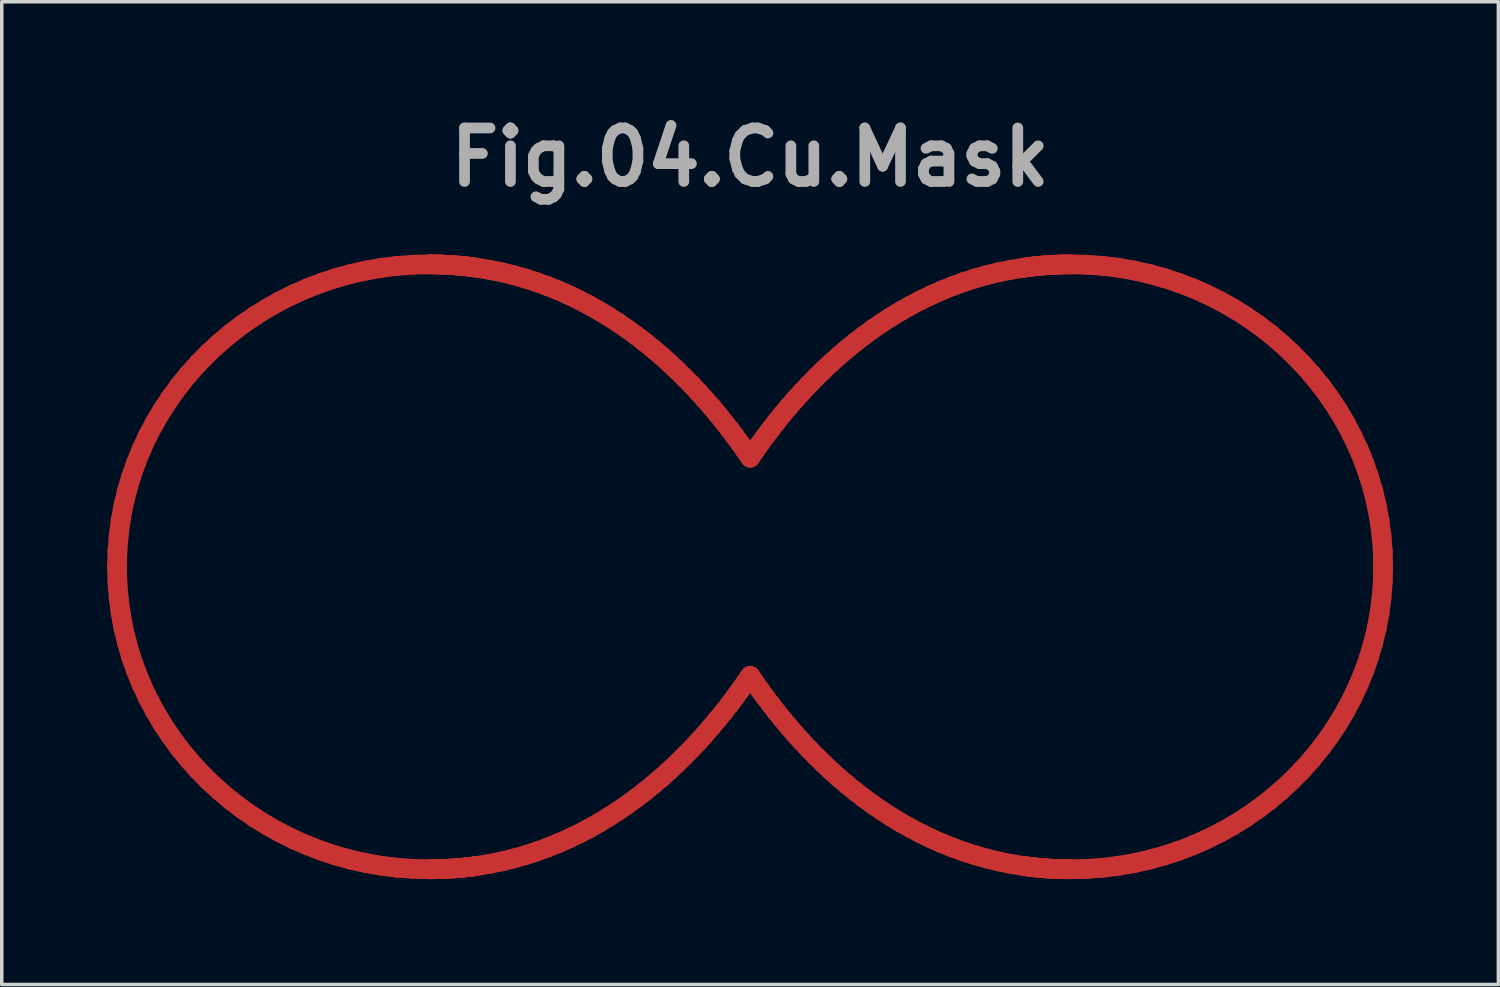
<source format=kicad_pcb>
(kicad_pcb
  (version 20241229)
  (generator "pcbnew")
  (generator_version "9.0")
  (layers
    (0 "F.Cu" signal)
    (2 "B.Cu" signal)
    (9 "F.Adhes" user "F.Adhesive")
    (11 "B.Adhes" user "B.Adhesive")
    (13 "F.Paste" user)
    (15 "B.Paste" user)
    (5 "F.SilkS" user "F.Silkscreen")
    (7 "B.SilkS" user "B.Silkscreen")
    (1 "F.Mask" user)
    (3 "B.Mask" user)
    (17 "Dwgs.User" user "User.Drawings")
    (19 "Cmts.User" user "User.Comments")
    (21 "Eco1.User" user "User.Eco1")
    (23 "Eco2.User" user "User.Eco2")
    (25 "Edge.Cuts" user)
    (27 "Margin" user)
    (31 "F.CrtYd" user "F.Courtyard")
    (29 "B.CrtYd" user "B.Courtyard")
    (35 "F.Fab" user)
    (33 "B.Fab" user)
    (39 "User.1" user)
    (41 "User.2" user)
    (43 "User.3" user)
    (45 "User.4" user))
  (footprint "Fig.04.Cu.Mask"
    (layer "F.Cu")
    (at 18.301 13.084)
    (property "Reference" "Fig.04.Cu.Mask" (at 0 -11.657 0) (layer "F.Fab") (effects (font (size 1.524 1.524) (thickness 0.305))))
    (attr smd)
    (fp_line (start -18.02 0.001) (end -18.009 0.443) (stroke (width 0.561) (type solid)) (layer "F.Cu"))
    (fp_line (start -18.009 0.443) (end -17.974 0.88) (stroke (width 0.561) (type solid)) (layer "F.Cu"))
    (fp_line (start -18.009 -0.442) (end -18.02 0.001) (stroke (width 0.561) (type solid)) (layer "F.Cu"))
    (fp_line (start -17.974 0.88) (end -17.918 1.31) (stroke (width 0.561) (type solid)) (layer "F.Cu"))
    (fp_line (start -17.974 -0.878) (end -18.009 -0.442) (stroke (width 0.561) (type solid)) (layer "F.Cu"))
    (fp_line (start -17.918 1.31) (end -17.84 1.734) (stroke (width 0.561) (type solid)) (layer "F.Cu"))
    (fp_line (start -17.918 -1.309) (end -17.974 -0.878) (stroke (width 0.561) (type solid)) (layer "F.Cu"))
    (fp_line (start -17.84 1.734) (end -17.74 2.15) (stroke (width 0.561) (type solid)) (layer "F.Cu"))
    (fp_line (start -17.84 -1.732) (end -17.918 -1.309) (stroke (width 0.561) (type solid)) (layer "F.Cu"))
    (fp_line (start -17.74 2.15) (end -17.621 2.559) (stroke (width 0.561) (type solid)) (layer "F.Cu"))
    (fp_line (start -17.74 -2.148) (end -17.84 -1.732) (stroke (width 0.561) (type solid)) (layer "F.Cu"))
    (fp_line (start -17.621 2.559) (end -17.481 2.958) (stroke (width 0.561) (type solid)) (layer "F.Cu"))
    (fp_line (start -17.62 -2.557) (end -17.74 -2.148) (stroke (width 0.561) (type solid)) (layer "F.Cu"))
    (fp_line (start -17.481 2.958) (end -17.322 3.349) (stroke (width 0.561) (type solid)) (layer "F.Cu"))
    (fp_line (start -17.481 -2.957) (end -17.62 -2.557) (stroke (width 0.561) (type solid)) (layer "F.Cu"))
    (fp_line (start -17.322 3.349) (end -17.144 3.73) (stroke (width 0.561) (type solid)) (layer "F.Cu"))
    (fp_line (start -17.322 -3.347) (end -17.481 -2.957) (stroke (width 0.561) (type solid)) (layer "F.Cu"))
    (fp_line (start -17.144 3.73) (end -16.947 4.102) (stroke (width 0.561) (type solid)) (layer "F.Cu"))
    (fp_line (start -17.144 -3.729) (end -17.322 -3.347) (stroke (width 0.561) (type solid)) (layer "F.Cu"))
    (fp_line (start -16.947 4.102) (end -16.733 4.462) (stroke (width 0.561) (type solid)) (layer "F.Cu"))
    (fp_line (start -16.947 -4.1) (end -17.144 -3.729) (stroke (width 0.561) (type solid)) (layer "F.Cu"))
    (fp_line (start -16.733 4.462) (end -16.502 4.811) (stroke (width 0.561) (type solid)) (layer "F.Cu"))
    (fp_line (start -16.733 -4.461) (end -16.947 -4.1) (stroke (width 0.561) (type solid)) (layer "F.Cu"))
    (fp_line (start -16.502 4.811) (end -16.255 5.149) (stroke (width 0.561) (type solid)) (layer "F.Cu"))
    (fp_line (start -16.502 -4.81) (end -16.733 -4.461) (stroke (width 0.561) (type solid)) (layer "F.Cu"))
    (fp_line (start -16.255 5.149) (end -15.991 5.474) (stroke (width 0.561) (type solid)) (layer "F.Cu"))
    (fp_line (start -16.254 -5.148) (end -16.502 -4.81) (stroke (width 0.561) (type solid)) (layer "F.Cu"))
    (fp_line (start -15.991 5.474) (end -15.712 5.787) (stroke (width 0.561) (type solid)) (layer "F.Cu"))
    (fp_line (start -15.991 -5.473) (end -16.254 -5.148) (stroke (width 0.561) (type solid)) (layer "F.Cu"))
    (fp_line (start -15.712 5.787) (end -15.418 6.086) (stroke (width 0.561) (type solid)) (layer "F.Cu"))
    (fp_line (start -15.711 -5.786) (end -15.991 -5.473) (stroke (width 0.561) (type solid)) (layer "F.Cu"))
    (fp_line (start -15.418 6.086) (end -15.109 6.371) (stroke (width 0.561) (type solid)) (layer "F.Cu"))
    (fp_line (start -15.417 -6.085) (end -15.711 -5.786) (stroke (width 0.561) (type solid)) (layer "F.Cu"))
    (fp_line (start -15.109 6.371) (end -14.787 6.642) (stroke (width 0.561) (type solid)) (layer "F.Cu"))
    (fp_line (start -15.109 -6.37) (end -15.417 -6.085) (stroke (width 0.561) (type solid)) (layer "F.Cu"))
    (fp_line (start -14.787 6.642) (end -14.452 6.897) (stroke (width 0.561) (type solid)) (layer "F.Cu"))
    (fp_line (start -14.786 -6.641) (end -15.109 -6.37) (stroke (width 0.561) (type solid)) (layer "F.Cu"))
    (fp_line (start -14.452 6.897) (end -14.104 7.138) (stroke (width 0.561) (type solid)) (layer "F.Cu"))
    (fp_line (start -14.451 -6.897) (end -14.786 -6.641) (stroke (width 0.561) (type solid)) (layer "F.Cu"))
    (fp_line (start -14.104 7.138) (end -13.744 7.362) (stroke (width 0.561) (type solid)) (layer "F.Cu"))
    (fp_line (start -14.103 -7.137) (end -14.451 -6.897) (stroke (width 0.561) (type solid)) (layer "F.Cu"))
    (fp_line (start -13.744 7.362) (end -13.372 7.569) (stroke (width 0.561) (type solid)) (layer "F.Cu"))
    (fp_line (start -13.743 -7.361) (end -14.103 -7.137) (stroke (width 0.561) (type solid)) (layer "F.Cu"))
    (fp_line (start -13.372 7.569) (end -12.989 7.76) (stroke (width 0.561) (type solid)) (layer "F.Cu"))
    (fp_line (start -13.371 -7.569) (end -13.743 -7.361) (stroke (width 0.561) (type solid)) (layer "F.Cu"))
    (fp_line (start -12.989 7.76) (end -12.596 7.932) (stroke (width 0.561) (type solid)) (layer "F.Cu"))
    (fp_line (start -12.988 -7.759) (end -13.371 -7.569) (stroke (width 0.561) (type solid)) (layer "F.Cu"))
    (fp_line (start -12.596 7.932) (end -12.193 8.086) (stroke (width 0.561) (type solid)) (layer "F.Cu"))
    (fp_line (start -12.595 -7.932) (end -12.988 -7.759) (stroke (width 0.561) (type solid)) (layer "F.Cu"))
    (fp_line (start -12.193 8.086) (end -11.781 8.222) (stroke (width 0.561) (type solid)) (layer "F.Cu"))
    (fp_line (start -12.192 -8.086) (end -12.595 -7.932) (stroke (width 0.561) (type solid)) (layer "F.Cu"))
    (fp_line (start -11.781 8.222) (end -11.36 8.338) (stroke (width 0.561) (type solid)) (layer "F.Cu"))
    (fp_line (start -11.779 -8.222) (end -12.192 -8.086) (stroke (width 0.561) (type solid)) (layer "F.Cu"))
    (fp_line (start -11.36 8.338) (end -10.931 8.434) (stroke (width 0.561) (type solid)) (layer "F.Cu"))
    (fp_line (start -11.358 -8.338) (end -11.779 -8.222) (stroke (width 0.561) (type solid)) (layer "F.Cu"))
    (fp_line (start -10.931 8.434) (end -10.495 8.51) (stroke (width 0.561) (type solid)) (layer "F.Cu"))
    (fp_line (start -10.929 -8.434) (end -11.358 -8.338) (stroke (width 0.561) (type solid)) (layer "F.Cu"))
    (fp_line (start -10.495 8.51) (end -10.051 8.565) (stroke (width 0.561) (type solid)) (layer "F.Cu"))
    (fp_line (start -10.492 -8.51) (end -10.929 -8.434) (stroke (width 0.561) (type solid)) (layer "F.Cu"))
    (fp_line (start -10.051 8.565) (end -9.601 8.598) (stroke (width 0.561) (type solid)) (layer "F.Cu"))
    (fp_line (start -10.048 -8.565) (end -10.492 -8.51) (stroke (width 0.561) (type solid)) (layer "F.Cu"))
    (fp_line (start -9.601 8.598) (end -9.145 8.609) (stroke (width 0.561) (type solid)) (layer "F.Cu"))
    (fp_line (start -9.598 -8.598) (end -10.048 -8.565) (stroke (width 0.561) (type solid)) (layer "F.Cu"))
    (fp_line (start -9.145 8.609) (end -9.102 8.609) (stroke (width 0.561) (type solid)) (layer "F.Cu"))
    (fp_line (start -9.141 -8.609) (end -9.598 -8.598) (stroke (width 0.561) (type solid)) (layer "F.Cu"))
    (fp_line (start -9.102 8.609) (end -9.06 8.609) (stroke (width 0.561) (type solid)) (layer "F.Cu"))
    (fp_line (start -9.099 -8.609) (end -9.141 -8.609) (stroke (width 0.561) (type solid)) (layer "F.Cu"))
    (fp_line (start -9.06 8.609) (end -9.017 8.609) (stroke (width 0.561) (type solid)) (layer "F.Cu"))
    (fp_line (start -9.057 -8.609) (end -9.099 -8.609) (stroke (width 0.561) (type solid)) (layer "F.Cu"))
    (fp_line (start -9.017 8.609) (end -8.974 8.608) (stroke (width 0.561) (type solid)) (layer "F.Cu"))
    (fp_line (start -9.014 -8.609) (end -9.057 -8.609) (stroke (width 0.561) (type solid)) (layer "F.Cu"))
    (fp_line (start -8.974 8.608) (end -8.932 8.607) (stroke (width 0.561) (type solid)) (layer "F.Cu"))
    (fp_line (start -8.972 -8.608) (end -9.014 -8.609) (stroke (width 0.561) (type solid)) (layer "F.Cu"))
    (fp_line (start -8.932 8.607) (end -8.889 8.606) (stroke (width 0.561) (type solid)) (layer "F.Cu"))
    (fp_line (start -8.929 -8.607) (end -8.972 -8.608) (stroke (width 0.561) (type solid)) (layer "F.Cu"))
    (fp_line (start -8.889 8.606) (end -8.846 8.605) (stroke (width 0.561) (type solid)) (layer "F.Cu"))
    (fp_line (start -8.887 -8.606) (end -8.929 -8.607) (stroke (width 0.561) (type solid)) (layer "F.Cu"))
    (fp_line (start -8.846 8.605) (end -8.803 8.604) (stroke (width 0.561) (type solid)) (layer "F.Cu"))
    (fp_line (start -8.844 -8.605) (end -8.887 -8.606) (stroke (width 0.561) (type solid)) (layer "F.Cu"))
    (fp_line (start -8.803 8.604) (end -8.76 8.603) (stroke (width 0.561) (type solid)) (layer "F.Cu"))
    (fp_line (start -8.802 -8.604) (end -8.844 -8.605) (stroke (width 0.561) (type solid)) (layer "F.Cu"))
    (fp_line (start -8.76 8.603) (end -8.717 8.601) (stroke (width 0.561) (type solid)) (layer "F.Cu"))
    (fp_line (start -8.759 -8.602) (end -8.802 -8.604) (stroke (width 0.561) (type solid)) (layer "F.Cu"))
    (fp_line (start -8.717 8.601) (end -8.675 8.599) (stroke (width 0.561) (type solid)) (layer "F.Cu"))
    (fp_line (start -8.716 -8.6) (end -8.759 -8.602) (stroke (width 0.561) (type solid)) (layer "F.Cu"))
    (fp_line (start -8.675 8.599) (end -8.632 8.597) (stroke (width 0.561) (type solid)) (layer "F.Cu"))
    (fp_line (start -8.674 -8.598) (end -8.716 -8.6) (stroke (width 0.561) (type solid)) (layer "F.Cu"))
    (fp_line (start -8.632 8.597) (end -8.589 8.595) (stroke (width 0.561) (type solid)) (layer "F.Cu"))
    (fp_line (start -8.631 -8.596) (end -8.674 -8.598) (stroke (width 0.561) (type solid)) (layer "F.Cu"))
    (fp_line (start -8.589 8.595) (end -8.546 8.592) (stroke (width 0.561) (type solid)) (layer "F.Cu"))
    (fp_line (start -8.588 -8.594) (end -8.631 -8.596) (stroke (width 0.561) (type solid)) (layer "F.Cu"))
    (fp_line (start -8.546 8.592) (end -8.503 8.59) (stroke (width 0.561) (type solid)) (layer "F.Cu"))
    (fp_line (start -8.545 -8.591) (end -8.588 -8.594) (stroke (width 0.561) (type solid)) (layer "F.Cu"))
    (fp_line (start -8.503 8.59) (end -8.46 8.587) (stroke (width 0.561) (type solid)) (layer "F.Cu"))
    (fp_line (start -8.503 -8.589) (end -8.545 -8.591) (stroke (width 0.561) (type solid)) (layer "F.Cu"))
    (fp_line (start -8.46 8.587) (end -8.417 8.584) (stroke (width 0.561) (type solid)) (layer "F.Cu"))
    (fp_line (start -8.46 -8.586) (end -8.503 -8.589) (stroke (width 0.561) (type solid)) (layer "F.Cu"))
    (fp_line (start -8.417 8.584) (end -8.374 8.581) (stroke (width 0.561) (type solid)) (layer "F.Cu"))
    (fp_line (start -8.417 -8.583) (end -8.46 -8.586) (stroke (width 0.561) (type solid)) (layer "F.Cu"))
    (fp_line (start -8.374 8.581) (end -8.332 8.578) (stroke (width 0.561) (type solid)) (layer "F.Cu"))
    (fp_line (start -8.374 -8.579) (end -8.417 -8.583) (stroke (width 0.561) (type solid)) (layer "F.Cu"))
    (fp_line (start -8.332 8.578) (end -8.289 8.574) (stroke (width 0.561) (type solid)) (layer "F.Cu"))
    (fp_line (start -8.331 -8.576) (end -8.374 -8.579) (stroke (width 0.561) (type solid)) (layer "F.Cu"))
    (fp_line (start -8.289 8.574) (end -8.246 8.57) (stroke (width 0.561) (type solid)) (layer "F.Cu"))
    (fp_line (start -8.288 -8.572) (end -8.331 -8.576) (stroke (width 0.561) (type solid)) (layer "F.Cu"))
    (fp_line (start -8.246 8.57) (end -8.203 8.566) (stroke (width 0.561) (type solid)) (layer "F.Cu"))
    (fp_line (start -8.246 -8.568) (end -8.288 -8.572) (stroke (width 0.561) (type solid)) (layer "F.Cu"))
    (fp_line (start -8.203 8.566) (end -8.16 8.562) (stroke (width 0.561) (type solid)) (layer "F.Cu"))
    (fp_line (start -8.203 -8.564) (end -8.246 -8.568) (stroke (width 0.561) (type solid)) (layer "F.Cu"))
    (fp_line (start -8.16 8.562) (end -8.117 8.558) (stroke (width 0.561) (type solid)) (layer "F.Cu"))
    (fp_line (start -8.16 -8.56) (end -8.203 -8.564) (stroke (width 0.561) (type solid)) (layer "F.Cu"))
    (fp_line (start -8.117 8.558) (end -8.075 8.553) (stroke (width 0.561) (type solid)) (layer "F.Cu"))
    (fp_line (start -8.117 -8.556) (end -8.16 -8.56) (stroke (width 0.561) (type solid)) (layer "F.Cu"))
    (fp_line (start -8.075 8.553) (end -8.032 8.548) (stroke (width 0.561) (type solid)) (layer "F.Cu"))
    (fp_line (start -8.074 -8.551) (end -8.117 -8.556) (stroke (width 0.561) (type solid)) (layer "F.Cu"))
    (fp_line (start -8.032 8.548) (end -7.989 8.543) (stroke (width 0.561) (type solid)) (layer "F.Cu"))
    (fp_line (start -8.032 -8.546) (end -8.074 -8.551) (stroke (width 0.561) (type solid)) (layer "F.Cu"))
    (fp_line (start -7.989 8.543) (end -7.946 8.538) (stroke (width 0.561) (type solid)) (layer "F.Cu"))
    (fp_line (start -7.989 -8.541) (end -8.032 -8.546) (stroke (width 0.561) (type solid)) (layer "F.Cu"))
    (fp_line (start -7.946 8.538) (end -7.904 8.533) (stroke (width 0.561) (type solid)) (layer "F.Cu"))
    (fp_line (start -7.946 -8.536) (end -7.989 -8.541) (stroke (width 0.561) (type solid)) (layer "F.Cu"))
    (fp_line (start -7.904 8.533) (end -7.861 8.527) (stroke (width 0.561) (type solid)) (layer "F.Cu"))
    (fp_line (start -7.903 -8.53) (end -7.946 -8.536) (stroke (width 0.561) (type solid)) (layer "F.Cu"))
    (fp_line (start -7.861 8.527) (end -7.818 8.521) (stroke (width 0.561) (type solid)) (layer "F.Cu"))
    (fp_line (start -7.861 -8.524) (end -7.903 -8.53) (stroke (width 0.561) (type solid)) (layer "F.Cu"))
    (fp_line (start -7.818 8.521) (end -7.776 8.515) (stroke (width 0.561) (type solid)) (layer "F.Cu"))
    (fp_line (start -7.818 -8.518) (end -7.861 -8.524) (stroke (width 0.561) (type solid)) (layer "F.Cu"))
    (fp_line (start -7.776 8.515) (end -7.423 8.457) (stroke (width 0.561) (type solid)) (layer "F.Cu"))
    (fp_line (start -7.775 -8.512) (end -7.818 -8.518) (stroke (width 0.561) (type solid)) (layer "F.Cu"))
    (fp_line (start -7.423 8.457) (end -7.077 8.387) (stroke (width 0.561) (type solid)) (layer "F.Cu"))
    (fp_line (start -7.423 -8.455) (end -7.775 -8.512) (stroke (width 0.561) (type solid)) (layer "F.Cu"))
    (fp_line (start -7.077 8.387) (end -6.739 8.305) (stroke (width 0.561) (type solid)) (layer "F.Cu"))
    (fp_line (start -7.077 -8.385) (end -7.423 -8.455) (stroke (width 0.561) (type solid)) (layer "F.Cu"))
    (fp_line (start -6.739 8.305) (end -6.408 8.212) (stroke (width 0.561) (type solid)) (layer "F.Cu"))
    (fp_line (start -6.739 -8.303) (end -7.077 -8.385) (stroke (width 0.561) (type solid)) (layer "F.Cu"))
    (fp_line (start -6.408 8.212) (end -6.085 8.108) (stroke (width 0.561) (type solid)) (layer "F.Cu"))
    (fp_line (start -6.408 -8.21) (end -6.739 -8.303) (stroke (width 0.561) (type solid)) (layer "F.Cu"))
    (fp_line (start -6.085 8.108) (end -5.768 7.993) (stroke (width 0.561) (type solid)) (layer "F.Cu"))
    (fp_line (start -6.084 -8.106) (end -6.408 -8.21) (stroke (width 0.561) (type solid)) (layer "F.Cu"))
    (fp_line (start -5.768 7.993) (end -5.459 7.869) (stroke (width 0.561) (type solid)) (layer "F.Cu"))
    (fp_line (start -5.768 -7.992) (end -6.084 -8.106) (stroke (width 0.561) (type solid)) (layer "F.Cu"))
    (fp_line (start -5.459 7.869) (end -5.157 7.735) (stroke (width 0.561) (type solid)) (layer "F.Cu"))
    (fp_line (start -5.459 -7.867) (end -5.768 -7.992) (stroke (width 0.561) (type solid)) (layer "F.Cu"))
    (fp_line (start -5.157 7.735) (end -4.862 7.593) (stroke (width 0.561) (type solid)) (layer "F.Cu"))
    (fp_line (start -5.157 -7.734) (end -5.459 -7.867) (stroke (width 0.561) (type solid)) (layer "F.Cu"))
    (fp_line (start -4.862 7.593) (end -4.575 7.442) (stroke (width 0.561) (type solid)) (layer "F.Cu"))
    (fp_line (start -4.862 -7.592) (end -5.157 -7.734) (stroke (width 0.561) (type solid)) (layer "F.Cu"))
    (fp_line (start -4.575 7.442) (end -4.294 7.284) (stroke (width 0.561) (type solid)) (layer "F.Cu"))
    (fp_line (start -4.574 -7.441) (end -4.862 -7.592) (stroke (width 0.561) (type solid)) (layer "F.Cu"))
    (fp_line (start -4.294 7.284) (end -4.021 7.118) (stroke (width 0.561) (type solid)) (layer "F.Cu"))
    (fp_line (start -4.294 -7.283) (end -4.574 -7.441) (stroke (width 0.561) (type solid)) (layer "F.Cu"))
    (fp_line (start -4.021 7.118) (end -3.754 6.946) (stroke (width 0.561) (type solid)) (layer "F.Cu"))
    (fp_line (start -4.02 -7.118) (end -4.294 -7.283) (stroke (width 0.561) (type solid)) (layer "F.Cu"))
    (fp_line (start -3.754 6.946) (end -3.495 6.768) (stroke (width 0.561) (type solid)) (layer "F.Cu"))
    (fp_line (start -3.754 -6.946) (end -4.02 -7.118) (stroke (width 0.561) (type solid)) (layer "F.Cu"))
    (fp_line (start -3.495 6.768) (end -3.242 6.584) (stroke (width 0.561) (type solid)) (layer "F.Cu"))
    (fp_line (start -3.494 -6.768) (end -3.754 -6.946) (stroke (width 0.561) (type solid)) (layer "F.Cu"))
    (fp_line (start -3.242 6.584) (end -2.997 6.395) (stroke (width 0.561) (type solid)) (layer "F.Cu"))
    (fp_line (start -3.242 -6.584) (end -3.494 -6.768) (stroke (width 0.561) (type solid)) (layer "F.Cu"))
    (fp_line (start -2.997 6.395) (end -2.758 6.201) (stroke (width 0.561) (type solid)) (layer "F.Cu"))
    (fp_line (start -2.996 -6.395) (end -3.242 -6.584) (stroke (width 0.561) (type solid)) (layer "F.Cu"))
    (fp_line (start -2.758 6.201) (end -2.527 6.004) (stroke (width 0.561) (type solid)) (layer "F.Cu"))
    (fp_line (start -2.758 -6.202) (end -2.996 -6.395) (stroke (width 0.561) (type solid)) (layer "F.Cu"))
    (fp_line (start -2.527 6.004) (end -2.302 5.802) (stroke (width 0.561) (type solid)) (layer "F.Cu"))
    (fp_line (start -2.526 -6.004) (end -2.758 -6.202) (stroke (width 0.561) (type solid)) (layer "F.Cu"))
    (fp_line (start -2.302 5.802) (end -2.084 5.598) (stroke (width 0.561) (type solid)) (layer "F.Cu"))
    (fp_line (start -2.302 -5.803) (end -2.526 -6.004) (stroke (width 0.561) (type solid)) (layer "F.Cu"))
    (fp_line (start -2.084 5.598) (end -1.873 5.391) (stroke (width 0.561) (type solid)) (layer "F.Cu"))
    (fp_line (start -2.084 -5.599) (end -2.302 -5.803) (stroke (width 0.561) (type solid)) (layer "F.Cu"))
    (fp_line (start -1.873 5.391) (end -1.669 5.183) (stroke (width 0.561) (type solid)) (layer "F.Cu"))
    (fp_line (start -1.873 -5.393) (end -2.084 -5.599) (stroke (width 0.561) (type solid)) (layer "F.Cu"))
    (fp_line (start -1.669 5.183) (end -1.472 4.973) (stroke (width 0.561) (type solid)) (layer "F.Cu"))
    (fp_line (start -1.669 -5.184) (end -1.873 -5.393) (stroke (width 0.561) (type solid)) (layer "F.Cu"))
    (fp_line (start -1.472 4.973) (end -1.281 4.762) (stroke (width 0.561) (type solid)) (layer "F.Cu"))
    (fp_line (start -1.472 -4.974) (end -1.669 -5.184) (stroke (width 0.561) (type solid)) (layer "F.Cu"))
    (fp_line (start -1.281 4.762) (end -1.098 4.55) (stroke (width 0.561) (type solid)) (layer "F.Cu"))
    (fp_line (start -1.281 -4.763) (end -1.472 -4.974) (stroke (width 0.561) (type solid)) (layer "F.Cu"))
    (fp_line (start -1.098 4.55) (end -0.921 4.339) (stroke (width 0.561) (type solid)) (layer "F.Cu"))
    (fp_line (start -1.097 -4.552) (end -1.281 -4.763) (stroke (width 0.561) (type solid)) (layer "F.Cu"))
    (fp_line (start -0.921 4.339) (end -0.75 4.128) (stroke (width 0.561) (type solid)) (layer "F.Cu"))
    (fp_line (start -0.92 -4.341) (end -1.097 -4.552) (stroke (width 0.561) (type solid)) (layer "F.Cu"))
    (fp_line (start -0.75 4.128) (end -0.586 3.918) (stroke (width 0.561) (type solid)) (layer "F.Cu"))
    (fp_line (start -0.75 -4.13) (end -0.92 -4.341) (stroke (width 0.561) (type solid)) (layer "F.Cu"))
    (fp_line (start -0.586 3.918) (end -0.429 3.71) (stroke (width 0.561) (type solid)) (layer "F.Cu"))
    (fp_line (start -0.586 -3.921) (end -0.75 -4.13) (stroke (width 0.561) (type solid)) (layer "F.Cu"))
    (fp_line (start -0.429 3.71) (end -0.279 3.505) (stroke (width 0.561) (type solid)) (layer "F.Cu"))
    (fp_line (start -0.429 -3.713) (end -0.586 -3.921) (stroke (width 0.561) (type solid)) (layer "F.Cu"))
    (fp_line (start -0.279 3.505) (end -0.135 3.302) (stroke (width 0.561) (type solid)) (layer "F.Cu"))
    (fp_line (start -0.279 -3.508) (end -0.429 -3.713) (stroke (width 0.561) (type solid)) (layer "F.Cu"))
    (fp_line (start -0.135 3.302) (end 0.002 3.102) (stroke (width 0.561) (type solid)) (layer "F.Cu"))
    (fp_line (start -0.135 -3.305) (end -0.279 -3.508) (stroke (width 0.561) (type solid)) (layer "F.Cu"))
    (fp_line (start 0.002 3.102) (end 0.139 3.302) (stroke (width 0.561) (type solid)) (layer "F.Cu"))
    (fp_line (start 0.003 -3.105) (end -0.135 -3.305) (stroke (width 0.561) (type solid)) (layer "F.Cu"))
    (fp_line (start 0.139 3.302) (end 0.283 3.505) (stroke (width 0.561) (type solid)) (layer "F.Cu"))
    (fp_line (start 0.139 -3.305) (end 0.003 -3.105) (stroke (width 0.561) (type solid)) (layer "F.Cu"))
    (fp_line (start 0.283 3.505) (end 0.433 3.71) (stroke (width 0.561) (type solid)) (layer "F.Cu"))
    (fp_line (start 0.283 -3.508) (end 0.139 -3.305) (stroke (width 0.561) (type solid)) (layer "F.Cu"))
    (fp_line (start 0.433 3.71) (end 0.589 3.918) (stroke (width 0.561) (type solid)) (layer "F.Cu"))
    (fp_line (start 0.433 -3.713) (end 0.283 -3.508) (stroke (width 0.561) (type solid)) (layer "F.Cu"))
    (fp_line (start 0.589 3.918) (end 0.753 4.128) (stroke (width 0.561) (type solid)) (layer "F.Cu"))
    (fp_line (start 0.59 -3.921) (end 0.433 -3.713) (stroke (width 0.561) (type solid)) (layer "F.Cu"))
    (fp_line (start 0.753 4.128) (end 0.923 4.339) (stroke (width 0.561) (type solid)) (layer "F.Cu"))
    (fp_line (start 0.753 -4.13) (end 0.59 -3.921) (stroke (width 0.561) (type solid)) (layer "F.Cu"))
    (fp_line (start 0.923 4.339) (end 1.1 4.55) (stroke (width 0.561) (type solid)) (layer "F.Cu"))
    (fp_line (start 0.923 -4.341) (end 0.753 -4.13) (stroke (width 0.561) (type solid)) (layer "F.Cu"))
    (fp_line (start 1.1 4.55) (end 1.283 4.762) (stroke (width 0.561) (type solid)) (layer "F.Cu"))
    (fp_line (start 1.1 -4.552) (end 0.923 -4.341) (stroke (width 0.561) (type solid)) (layer "F.Cu"))
    (fp_line (start 1.283 4.762) (end 1.473 4.973) (stroke (width 0.561) (type solid)) (layer "F.Cu"))
    (fp_line (start 1.283 -4.763) (end 1.1 -4.552) (stroke (width 0.561) (type solid)) (layer "F.Cu"))
    (fp_line (start 1.473 4.973) (end 1.671 5.183) (stroke (width 0.561) (type solid)) (layer "F.Cu"))
    (fp_line (start 1.474 -4.974) (end 1.283 -4.763) (stroke (width 0.561) (type solid)) (layer "F.Cu"))
    (fp_line (start 1.671 5.183) (end 1.874 5.391) (stroke (width 0.561) (type solid)) (layer "F.Cu"))
    (fp_line (start 1.671 -5.184) (end 1.474 -4.974) (stroke (width 0.561) (type solid)) (layer "F.Cu"))
    (fp_line (start 1.874 5.391) (end 2.085 5.598) (stroke (width 0.561) (type solid)) (layer "F.Cu"))
    (fp_line (start 1.875 -5.393) (end 1.671 -5.184) (stroke (width 0.561) (type solid)) (layer "F.Cu"))
    (fp_line (start 2.085 5.598) (end 2.303 5.802) (stroke (width 0.561) (type solid)) (layer "F.Cu"))
    (fp_line (start 2.086 -5.599) (end 1.875 -5.393) (stroke (width 0.561) (type solid)) (layer "F.Cu"))
    (fp_line (start 2.303 5.802) (end 2.527 6.004) (stroke (width 0.561) (type solid)) (layer "F.Cu"))
    (fp_line (start 2.303 -5.803) (end 2.086 -5.599) (stroke (width 0.561) (type solid)) (layer "F.Cu"))
    (fp_line (start 2.527 6.004) (end 2.759 6.201) (stroke (width 0.561) (type solid)) (layer "F.Cu"))
    (fp_line (start 2.528 -6.004) (end 2.303 -5.803) (stroke (width 0.561) (type solid)) (layer "F.Cu"))
    (fp_line (start 2.759 6.201) (end 2.997 6.395) (stroke (width 0.561) (type solid)) (layer "F.Cu"))
    (fp_line (start 2.759 -6.202) (end 2.528 -6.004) (stroke (width 0.561) (type solid)) (layer "F.Cu"))
    (fp_line (start 2.997 6.395) (end 3.243 6.584) (stroke (width 0.561) (type solid)) (layer "F.Cu"))
    (fp_line (start 2.998 -6.395) (end 2.759 -6.202) (stroke (width 0.561) (type solid)) (layer "F.Cu"))
    (fp_line (start 3.243 6.584) (end 3.495 6.768) (stroke (width 0.561) (type solid)) (layer "F.Cu"))
    (fp_line (start 3.243 -6.584) (end 2.998 -6.395) (stroke (width 0.561) (type solid)) (layer "F.Cu"))
    (fp_line (start 3.495 6.768) (end 3.754 6.946) (stroke (width 0.561) (type solid)) (layer "F.Cu"))
    (fp_line (start 3.495 -6.768) (end 3.243 -6.584) (stroke (width 0.561) (type solid)) (layer "F.Cu"))
    (fp_line (start 3.754 6.946) (end 4.021 7.118) (stroke (width 0.561) (type solid)) (layer "F.Cu"))
    (fp_line (start 3.755 -6.946) (end 3.495 -6.768) (stroke (width 0.561) (type solid)) (layer "F.Cu"))
    (fp_line (start 4.021 7.118) (end 4.294 7.284) (stroke (width 0.561) (type solid)) (layer "F.Cu"))
    (fp_line (start 4.021 -7.118) (end 3.755 -6.946) (stroke (width 0.561) (type solid)) (layer "F.Cu"))
    (fp_line (start 4.294 7.284) (end 4.575 7.442) (stroke (width 0.561) (type solid)) (layer "F.Cu"))
    (fp_line (start 4.295 -7.283) (end 4.021 -7.118) (stroke (width 0.561) (type solid)) (layer "F.Cu"))
    (fp_line (start 4.575 7.442) (end 4.863 7.593) (stroke (width 0.561) (type solid)) (layer "F.Cu"))
    (fp_line (start 4.575 -7.441) (end 4.295 -7.283) (stroke (width 0.561) (type solid)) (layer "F.Cu"))
    (fp_line (start 4.863 7.593) (end 5.157 7.735) (stroke (width 0.561) (type solid)) (layer "F.Cu"))
    (fp_line (start 4.863 -7.592) (end 4.575 -7.441) (stroke (width 0.561) (type solid)) (layer "F.Cu"))
    (fp_line (start 5.157 7.735) (end 5.459 7.869) (stroke (width 0.561) (type solid)) (layer "F.Cu"))
    (fp_line (start 5.158 -7.734) (end 4.863 -7.592) (stroke (width 0.561) (type solid)) (layer "F.Cu"))
    (fp_line (start 5.459 7.869) (end 5.769 7.993) (stroke (width 0.561) (type solid)) (layer "F.Cu"))
    (fp_line (start 5.46 -7.867) (end 5.158 -7.734) (stroke (width 0.561) (type solid)) (layer "F.Cu"))
    (fp_line (start 5.769 7.993) (end 6.085 8.108) (stroke (width 0.561) (type solid)) (layer "F.Cu"))
    (fp_line (start 5.769 -7.992) (end 5.46 -7.867) (stroke (width 0.561) (type solid)) (layer "F.Cu"))
    (fp_line (start 6.085 8.108) (end 6.409 8.212) (stroke (width 0.561) (type solid)) (layer "F.Cu"))
    (fp_line (start 6.085 -8.106) (end 5.769 -7.992) (stroke (width 0.561) (type solid)) (layer "F.Cu"))
    (fp_line (start 6.409 8.212) (end 6.74 8.305) (stroke (width 0.561) (type solid)) (layer "F.Cu"))
    (fp_line (start 6.409 -8.21) (end 6.085 -8.106) (stroke (width 0.561) (type solid)) (layer "F.Cu"))
    (fp_line (start 6.74 8.305) (end 7.078 8.387) (stroke (width 0.561) (type solid)) (layer "F.Cu"))
    (fp_line (start 6.74 -8.303) (end 6.409 -8.21) (stroke (width 0.561) (type solid)) (layer "F.Cu"))
    (fp_line (start 7.078 8.387) (end 7.424 8.457) (stroke (width 0.561) (type solid)) (layer "F.Cu"))
    (fp_line (start 7.078 -8.385) (end 6.74 -8.303) (stroke (width 0.561) (type solid)) (layer "F.Cu"))
    (fp_line (start 7.424 8.457) (end 7.777 8.515) (stroke (width 0.561) (type solid)) (layer "F.Cu"))
    (fp_line (start 7.424 -8.455) (end 7.078 -8.385) (stroke (width 0.561) (type solid)) (layer "F.Cu"))
    (fp_line (start 7.777 8.515) (end 7.819 8.521) (stroke (width 0.561) (type solid)) (layer "F.Cu"))
    (fp_line (start 7.777 -8.512) (end 7.424 -8.455) (stroke (width 0.561) (type solid)) (layer "F.Cu"))
    (fp_line (start 7.819 8.521) (end 7.862 8.527) (stroke (width 0.561) (type solid)) (layer "F.Cu"))
    (fp_line (start 7.82 -8.518) (end 7.777 -8.512) (stroke (width 0.561) (type solid)) (layer "F.Cu"))
    (fp_line (start 7.862 8.527) (end 7.905 8.533) (stroke (width 0.561) (type solid)) (layer "F.Cu"))
    (fp_line (start 7.862 -8.524) (end 7.82 -8.518) (stroke (width 0.561) (type solid)) (layer "F.Cu"))
    (fp_line (start 7.905 8.533) (end 7.947 8.538) (stroke (width 0.561) (type solid)) (layer "F.Cu"))
    (fp_line (start 7.905 -8.53) (end 7.862 -8.524) (stroke (width 0.561) (type solid)) (layer "F.Cu"))
    (fp_line (start 7.947 8.538) (end 7.99 8.543) (stroke (width 0.561) (type solid)) (layer "F.Cu"))
    (fp_line (start 7.948 -8.536) (end 7.905 -8.53) (stroke (width 0.561) (type solid)) (layer "F.Cu"))
    (fp_line (start 7.99 8.543) (end 8.033 8.548) (stroke (width 0.561) (type solid)) (layer "F.Cu"))
    (fp_line (start 7.99 -8.541) (end 7.948 -8.536) (stroke (width 0.561) (type solid)) (layer "F.Cu"))
    (fp_line (start 8.033 8.548) (end 8.075 8.553) (stroke (width 0.561) (type solid)) (layer "F.Cu"))
    (fp_line (start 8.033 -8.546) (end 7.99 -8.541) (stroke (width 0.561) (type solid)) (layer "F.Cu"))
    (fp_line (start 8.075 8.553) (end 8.118 8.558) (stroke (width 0.561) (type solid)) (layer "F.Cu"))
    (fp_line (start 8.076 -8.551) (end 8.033 -8.546) (stroke (width 0.561) (type solid)) (layer "F.Cu"))
    (fp_line (start 8.118 8.558) (end 8.161 8.562) (stroke (width 0.561) (type solid)) (layer "F.Cu"))
    (fp_line (start 8.118 -8.555) (end 8.076 -8.551) (stroke (width 0.561) (type solid)) (layer "F.Cu"))
    (fp_line (start 8.161 8.562) (end 8.204 8.566) (stroke (width 0.561) (type solid)) (layer "F.Cu"))
    (fp_line (start 8.161 -8.56) (end 8.118 -8.555) (stroke (width 0.561) (type solid)) (layer "F.Cu"))
    (fp_line (start 8.204 8.566) (end 8.247 8.57) (stroke (width 0.561) (type solid)) (layer "F.Cu"))
    (fp_line (start 8.204 -8.564) (end 8.161 -8.56) (stroke (width 0.561) (type solid)) (layer "F.Cu"))
    (fp_line (start 8.247 8.57) (end 8.289 8.574) (stroke (width 0.561) (type solid)) (layer "F.Cu"))
    (fp_line (start 8.247 -8.568) (end 8.204 -8.564) (stroke (width 0.561) (type solid)) (layer "F.Cu"))
    (fp_line (start 8.289 8.574) (end 8.332 8.577) (stroke (width 0.561) (type solid)) (layer "F.Cu"))
    (fp_line (start 8.29 -8.572) (end 8.247 -8.568) (stroke (width 0.561) (type solid)) (layer "F.Cu"))
    (fp_line (start 8.332 8.577) (end 8.375 8.581) (stroke (width 0.561) (type solid)) (layer "F.Cu"))
    (fp_line (start 8.332 -8.576) (end 8.29 -8.572) (stroke (width 0.561) (type solid)) (layer "F.Cu"))
    (fp_line (start 8.375 8.581) (end 8.418 8.584) (stroke (width 0.561) (type solid)) (layer "F.Cu"))
    (fp_line (start 8.375 -8.579) (end 8.332 -8.576) (stroke (width 0.561) (type solid)) (layer "F.Cu"))
    (fp_line (start 8.418 8.584) (end 8.461 8.587) (stroke (width 0.561) (type solid)) (layer "F.Cu"))
    (fp_line (start 8.418 -8.583) (end 8.375 -8.579) (stroke (width 0.561) (type solid)) (layer "F.Cu"))
    (fp_line (start 8.461 -8.586) (end 8.418 -8.583) (stroke (width 0.561) (type solid)) (layer "F.Cu"))
    (fp_line (start 8.461 8.587) (end 8.504 8.59) (stroke (width 0.561) (type solid)) (layer "F.Cu"))
    (fp_line (start 8.504 -8.589) (end 8.461 -8.586) (stroke (width 0.561) (type solid)) (layer "F.Cu"))
    (fp_line (start 8.504 8.59) (end 8.547 8.592) (stroke (width 0.561) (type solid)) (layer "F.Cu"))
    (fp_line (start 8.546 -8.591) (end 8.504 -8.589) (stroke (width 0.561) (type solid)) (layer "F.Cu"))
    (fp_line (start 8.547 8.592) (end 8.589 8.595) (stroke (width 0.561) (type solid)) (layer "F.Cu"))
    (fp_line (start 8.589 -8.594) (end 8.546 -8.591) (stroke (width 0.561) (type solid)) (layer "F.Cu"))
    (fp_line (start 8.589 8.595) (end 8.632 8.597) (stroke (width 0.561) (type solid)) (layer "F.Cu"))
    (fp_line (start 8.632 -8.596) (end 8.589 -8.594) (stroke (width 0.561) (type solid)) (layer "F.Cu"))
    (fp_line (start 8.632 8.597) (end 8.675 8.599) (stroke (width 0.561) (type solid)) (layer "F.Cu"))
    (fp_line (start 8.674 -8.598) (end 8.632 -8.596) (stroke (width 0.561) (type solid)) (layer "F.Cu"))
    (fp_line (start 8.675 8.599) (end 8.718 8.601) (stroke (width 0.561) (type solid)) (layer "F.Cu"))
    (fp_line (start 8.717 -8.6) (end 8.674 -8.598) (stroke (width 0.561) (type solid)) (layer "F.Cu"))
    (fp_line (start 8.718 8.601) (end 8.761 8.602) (stroke (width 0.561) (type solid)) (layer "F.Cu"))
    (fp_line (start 8.76 -8.602) (end 8.717 -8.6) (stroke (width 0.561) (type solid)) (layer "F.Cu"))
    (fp_line (start 8.761 8.602) (end 8.804 8.604) (stroke (width 0.561) (type solid)) (layer "F.Cu"))
    (fp_line (start 8.803 -8.604) (end 8.76 -8.602) (stroke (width 0.561) (type solid)) (layer "F.Cu"))
    (fp_line (start 8.804 8.604) (end 8.846 8.605) (stroke (width 0.561) (type solid)) (layer "F.Cu"))
    (fp_line (start 8.845 -8.605) (end 8.803 -8.604) (stroke (width 0.561) (type solid)) (layer "F.Cu"))
    (fp_line (start 8.846 8.605) (end 8.889 8.606) (stroke (width 0.561) (type solid)) (layer "F.Cu"))
    (fp_line (start 8.888 -8.606) (end 8.845 -8.605) (stroke (width 0.561) (type solid)) (layer "F.Cu"))
    (fp_line (start 8.889 8.606) (end 8.932 8.607) (stroke (width 0.561) (type solid)) (layer "F.Cu"))
    (fp_line (start 8.93 -8.607) (end 8.888 -8.606) (stroke (width 0.561) (type solid)) (layer "F.Cu"))
    (fp_line (start 8.932 8.607) (end 8.975 8.608) (stroke (width 0.561) (type solid)) (layer "F.Cu"))
    (fp_line (start 8.973 -8.608) (end 8.93 -8.607) (stroke (width 0.561) (type solid)) (layer "F.Cu"))
    (fp_line (start 8.975 8.608) (end 9.018 8.609) (stroke (width 0.561) (type solid)) (layer "F.Cu"))
    (fp_line (start 9.015 -8.609) (end 8.973 -8.608) (stroke (width 0.561) (type solid)) (layer "F.Cu"))
    (fp_line (start 9.018 8.609) (end 9.06 8.609) (stroke (width 0.561) (type solid)) (layer "F.Cu"))
    (fp_line (start 9.058 -8.609) (end 9.015 -8.609) (stroke (width 0.561) (type solid)) (layer "F.Cu"))
    (fp_line (start 9.06 8.609) (end 9.103 8.609) (stroke (width 0.561) (type solid)) (layer "F.Cu"))
    (fp_line (start 9.1 -8.609) (end 9.058 -8.609) (stroke (width 0.561) (type solid)) (layer "F.Cu"))
    (fp_line (start 9.103 8.609) (end 9.146 8.609) (stroke (width 0.561) (type solid)) (layer "F.Cu"))
    (fp_line (start 9.143 -8.609) (end 9.1 -8.609) (stroke (width 0.561) (type solid)) (layer "F.Cu"))
    (fp_line (start 9.146 8.609) (end 9.602 8.598) (stroke (width 0.561) (type solid)) (layer "F.Cu"))
    (fp_line (start 9.599 -8.598) (end 9.143 -8.609) (stroke (width 0.561) (type solid)) (layer "F.Cu"))
    (fp_line (start 9.602 8.598) (end 10.052 8.565) (stroke (width 0.561) (type solid)) (layer "F.Cu"))
    (fp_line (start 10.049 -8.565) (end 9.599 -8.598) (stroke (width 0.561) (type solid)) (layer "F.Cu"))
    (fp_line (start 10.052 8.565) (end 10.496 8.51) (stroke (width 0.561) (type solid)) (layer "F.Cu"))
    (fp_line (start 10.493 -8.51) (end 10.049 -8.565) (stroke (width 0.561) (type solid)) (layer "F.Cu"))
    (fp_line (start 10.496 8.51) (end 10.932 8.434) (stroke (width 0.561) (type solid)) (layer "F.Cu"))
    (fp_line (start 10.93 -8.434) (end 10.493 -8.51) (stroke (width 0.561) (type solid)) (layer "F.Cu"))
    (fp_line (start 10.932 8.434) (end 11.361 8.338) (stroke (width 0.561) (type solid)) (layer "F.Cu"))
    (fp_line (start 11.359 -8.338) (end 10.93 -8.434) (stroke (width 0.561) (type solid)) (layer "F.Cu"))
    (fp_line (start 11.361 8.338) (end 11.782 8.222) (stroke (width 0.561) (type solid)) (layer "F.Cu"))
    (fp_line (start 11.78 -8.222) (end 11.359 -8.338) (stroke (width 0.561) (type solid)) (layer "F.Cu"))
    (fp_line (start 11.782 8.222) (end 12.194 8.086) (stroke (width 0.561) (type solid)) (layer "F.Cu"))
    (fp_line (start 12.192 -8.086) (end 11.78 -8.222) (stroke (width 0.561) (type solid)) (layer "F.Cu"))
    (fp_line (start 12.194 8.086) (end 12.597 7.932) (stroke (width 0.561) (type solid)) (layer "F.Cu"))
    (fp_line (start 12.595 -7.932) (end 12.192 -8.086) (stroke (width 0.561) (type solid)) (layer "F.Cu"))
    (fp_line (start 12.597 7.932) (end 12.99 7.759) (stroke (width 0.561) (type solid)) (layer "F.Cu"))
    (fp_line (start 12.988 -7.759) (end 12.595 -7.932) (stroke (width 0.561) (type solid)) (layer "F.Cu"))
    (fp_line (start 12.99 7.759) (end 13.373 7.569) (stroke (width 0.561) (type solid)) (layer "F.Cu"))
    (fp_line (start 13.371 -7.569) (end 12.988 -7.759) (stroke (width 0.561) (type solid)) (layer "F.Cu"))
    (fp_line (start 13.373 7.569) (end 13.745 7.362) (stroke (width 0.561) (type solid)) (layer "F.Cu"))
    (fp_line (start 13.742 -7.361) (end 13.371 -7.569) (stroke (width 0.561) (type solid)) (layer "F.Cu"))
    (fp_line (start 13.745 7.362) (end 14.105 7.137) (stroke (width 0.561) (type solid)) (layer "F.Cu"))
    (fp_line (start 14.103 -7.137) (end 13.742 -7.361) (stroke (width 0.561) (type solid)) (layer "F.Cu"))
    (fp_line (start 14.105 7.137) (end 14.453 6.897) (stroke (width 0.561) (type solid)) (layer "F.Cu"))
    (fp_line (start 14.451 -6.897) (end 14.103 -7.137) (stroke (width 0.561) (type solid)) (layer "F.Cu"))
    (fp_line (start 14.453 6.897) (end 14.788 6.642) (stroke (width 0.561) (type solid)) (layer "F.Cu"))
    (fp_line (start 14.786 -6.641) (end 14.451 -6.897) (stroke (width 0.561) (type solid)) (layer "F.Cu"))
    (fp_line (start 14.788 6.642) (end 15.11 6.371) (stroke (width 0.561) (type solid)) (layer "F.Cu"))
    (fp_line (start 15.109 -6.37) (end 14.786 -6.641) (stroke (width 0.561) (type solid)) (layer "F.Cu"))
    (fp_line (start 15.11 6.371) (end 15.418 6.086) (stroke (width 0.561) (type solid)) (layer "F.Cu"))
    (fp_line (start 15.417 -6.085) (end 15.109 -6.37) (stroke (width 0.561) (type solid)) (layer "F.Cu"))
    (fp_line (start 15.418 6.086) (end 15.712 5.787) (stroke (width 0.561) (type solid)) (layer "F.Cu"))
    (fp_line (start 15.711 -5.786) (end 15.417 -6.085) (stroke (width 0.561) (type solid)) (layer "F.Cu"))
    (fp_line (start 15.712 5.787) (end 15.992 5.474) (stroke (width 0.561) (type solid)) (layer "F.Cu"))
    (fp_line (start 15.99 -5.473) (end 15.711 -5.786) (stroke (width 0.561) (type solid)) (layer "F.Cu"))
    (fp_line (start 15.992 5.474) (end 16.255 5.149) (stroke (width 0.561) (type solid)) (layer "F.Cu"))
    (fp_line (start 16.254 -5.148) (end 15.99 -5.473) (stroke (width 0.561) (type solid)) (layer "F.Cu"))
    (fp_line (start 16.255 5.149) (end 16.503 4.811) (stroke (width 0.561) (type solid)) (layer "F.Cu"))
    (fp_line (start 16.502 -4.81) (end 16.254 -5.148) (stroke (width 0.561) (type solid)) (layer "F.Cu"))
    (fp_line (start 16.503 4.811) (end 16.734 4.462) (stroke (width 0.561) (type solid)) (layer "F.Cu"))
    (fp_line (start 16.733 -4.461) (end 16.502 -4.81) (stroke (width 0.561) (type solid)) (layer "F.Cu"))
    (fp_line (start 16.734 4.462) (end 16.948 4.101) (stroke (width 0.561) (type solid)) (layer "F.Cu"))
    (fp_line (start 16.947 -4.1) (end 16.733 -4.461) (stroke (width 0.561) (type solid)) (layer "F.Cu"))
    (fp_line (start 16.948 4.101) (end 17.144 3.73) (stroke (width 0.561) (type solid)) (layer "F.Cu"))
    (fp_line (start 17.143 -3.729) (end 16.947 -4.1) (stroke (width 0.561) (type solid)) (layer "F.Cu"))
    (fp_line (start 17.144 3.73) (end 17.322 3.349) (stroke (width 0.561) (type solid)) (layer "F.Cu"))
    (fp_line (start 17.321 -3.347) (end 17.143 -3.729) (stroke (width 0.561) (type solid)) (layer "F.Cu"))
    (fp_line (start 17.322 3.349) (end 17.481 2.958) (stroke (width 0.561) (type solid)) (layer "F.Cu"))
    (fp_line (start 17.481 -2.957) (end 17.321 -3.347) (stroke (width 0.561) (type solid)) (layer "F.Cu"))
    (fp_line (start 17.481 2.958) (end 17.621 2.558) (stroke (width 0.561) (type solid)) (layer "F.Cu"))
    (fp_line (start 17.62 -2.557) (end 17.481 -2.957) (stroke (width 0.561) (type solid)) (layer "F.Cu"))
    (fp_line (start 17.621 2.558) (end 17.74 2.15) (stroke (width 0.561) (type solid)) (layer "F.Cu"))
    (fp_line (start 17.74 -2.148) (end 17.62 -2.557) (stroke (width 0.561) (type solid)) (layer "F.Cu"))
    (fp_line (start 17.74 2.15) (end 17.84 1.734) (stroke (width 0.561) (type solid)) (layer "F.Cu"))
    (fp_line (start 17.839 -1.732) (end 17.74 -2.148) (stroke (width 0.561) (type solid)) (layer "F.Cu"))
    (fp_line (start 17.84 1.734) (end 17.918 1.31) (stroke (width 0.561) (type solid)) (layer "F.Cu"))
    (fp_line (start 17.918 -1.309) (end 17.839 -1.732) (stroke (width 0.561) (type solid)) (layer "F.Cu"))
    (fp_line (start 17.918 1.31) (end 17.974 0.88) (stroke (width 0.561) (type solid)) (layer "F.Cu"))
    (fp_line (start 17.974 -0.878) (end 17.918 -1.309) (stroke (width 0.561) (type solid)) (layer "F.Cu"))
    (fp_line (start 17.974 0.88) (end 18.009 0.443) (stroke (width 0.561) (type solid)) (layer "F.Cu"))
    (fp_line (start 18.009 -0.442) (end 17.974 -0.878) (stroke (width 0.561) (type solid)) (layer "F.Cu"))
    (fp_line (start 18.009 0.443) (end 18.02 0.001) (stroke (width 0.561) (type solid)) (layer "F.Cu"))
    (fp_line (start 18.02 0.001) (end 18.009 -0.442) (stroke (width 0.561) (type solid)) (layer "F.Cu"))
    (fp_line (start 18.02 0.001) (end 18.02 0.001) (stroke (width 0.561) (type solid)) (layer "F.Cu"))
    (fp_line (start -18.02 0.001) (end -18.009 0.443) (stroke (width 0.561) (type solid)) (layer "F.Mask"))
    (fp_line (start -18.009 0.443) (end -17.974 0.88) (stroke (width 0.561) (type solid)) (layer "F.Mask"))
    (fp_line (start -18.009 -0.442) (end -18.02 0.001) (stroke (width 0.561) (type solid)) (layer "F.Mask"))
    (fp_line (start -17.974 0.88) (end -17.918 1.31) (stroke (width 0.561) (type solid)) (layer "F.Mask"))
    (fp_line (start -17.974 -0.878) (end -18.009 -0.442) (stroke (width 0.561) (type solid)) (layer "F.Mask"))
    (fp_line (start -17.918 1.31) (end -17.84 1.734) (stroke (width 0.561) (type solid)) (layer "F.Mask"))
    (fp_line (start -17.918 -1.309) (end -17.974 -0.878) (stroke (width 0.561) (type solid)) (layer "F.Mask"))
    (fp_line (start -17.84 1.734) (end -17.74 2.15) (stroke (width 0.561) (type solid)) (layer "F.Mask"))
    (fp_line (start -17.84 -1.732) (end -17.918 -1.309) (stroke (width 0.561) (type solid)) (layer "F.Mask"))
    (fp_line (start -17.74 2.15) (end -17.621 2.559) (stroke (width 0.561) (type solid)) (layer "F.Mask"))
    (fp_line (start -17.74 -2.148) (end -17.84 -1.732) (stroke (width 0.561) (type solid)) (layer "F.Mask"))
    (fp_line (start -17.621 2.559) (end -17.481 2.958) (stroke (width 0.561) (type solid)) (layer "F.Mask"))
    (fp_line (start -17.62 -2.557) (end -17.74 -2.148) (stroke (width 0.561) (type solid)) (layer "F.Mask"))
    (fp_line (start -17.481 2.958) (end -17.322 3.349) (stroke (width 0.561) (type solid)) (layer "F.Mask"))
    (fp_line (start -17.481 -2.957) (end -17.62 -2.557) (stroke (width 0.561) (type solid)) (layer "F.Mask"))
    (fp_line (start -17.322 3.349) (end -17.144 3.73) (stroke (width 0.561) (type solid)) (layer "F.Mask"))
    (fp_line (start -17.322 -3.347) (end -17.481 -2.957) (stroke (width 0.561) (type solid)) (layer "F.Mask"))
    (fp_line (start -17.144 3.73) (end -16.947 4.102) (stroke (width 0.561) (type solid)) (layer "F.Mask"))
    (fp_line (start -17.144 -3.729) (end -17.322 -3.347) (stroke (width 0.561) (type solid)) (layer "F.Mask"))
    (fp_line (start -16.947 4.102) (end -16.733 4.462) (stroke (width 0.561) (type solid)) (layer "F.Mask"))
    (fp_line (start -16.947 -4.1) (end -17.144 -3.729) (stroke (width 0.561) (type solid)) (layer "F.Mask"))
    (fp_line (start -16.733 4.462) (end -16.502 4.811) (stroke (width 0.561) (type solid)) (layer "F.Mask"))
    (fp_line (start -16.733 -4.461) (end -16.947 -4.1) (stroke (width 0.561) (type solid)) (layer "F.Mask"))
    (fp_line (start -16.502 4.811) (end -16.255 5.149) (stroke (width 0.561) (type solid)) (layer "F.Mask"))
    (fp_line (start -16.502 -4.81) (end -16.733 -4.461) (stroke (width 0.561) (type solid)) (layer "F.Mask"))
    (fp_line (start -16.255 5.149) (end -15.991 5.474) (stroke (width 0.561) (type solid)) (layer "F.Mask"))
    (fp_line (start -16.254 -5.148) (end -16.502 -4.81) (stroke (width 0.561) (type solid)) (layer "F.Mask"))
    (fp_line (start -15.991 5.474) (end -15.712 5.787) (stroke (width 0.561) (type solid)) (layer "F.Mask"))
    (fp_line (start -15.991 -5.473) (end -16.254 -5.148) (stroke (width 0.561) (type solid)) (layer "F.Mask"))
    (fp_line (start -15.712 5.787) (end -15.418 6.086) (stroke (width 0.561) (type solid)) (layer "F.Mask"))
    (fp_line (start -15.711 -5.786) (end -15.991 -5.473) (stroke (width 0.561) (type solid)) (layer "F.Mask"))
    (fp_line (start -15.418 6.086) (end -15.109 6.371) (stroke (width 0.561) (type solid)) (layer "F.Mask"))
    (fp_line (start -15.417 -6.085) (end -15.711 -5.786) (stroke (width 0.561) (type solid)) (layer "F.Mask"))
    (fp_line (start -15.109 6.371) (end -14.787 6.642) (stroke (width 0.561) (type solid)) (layer "F.Mask"))
    (fp_line (start -15.109 -6.37) (end -15.417 -6.085) (stroke (width 0.561) (type solid)) (layer "F.Mask"))
    (fp_line (start -14.787 6.642) (end -14.452 6.897) (stroke (width 0.561) (type solid)) (layer "F.Mask"))
    (fp_line (start -14.786 -6.641) (end -15.109 -6.37) (stroke (width 0.561) (type solid)) (layer "F.Mask"))
    (fp_line (start -14.452 6.897) (end -14.104 7.138) (stroke (width 0.561) (type solid)) (layer "F.Mask"))
    (fp_line (start -14.451 -6.897) (end -14.786 -6.641) (stroke (width 0.561) (type solid)) (layer "F.Mask"))
    (fp_line (start -14.104 7.138) (end -13.744 7.362) (stroke (width 0.561) (type solid)) (layer "F.Mask"))
    (fp_line (start -14.103 -7.137) (end -14.451 -6.897) (stroke (width 0.561) (type solid)) (layer "F.Mask"))
    (fp_line (start -13.744 7.362) (end -13.372 7.569) (stroke (width 0.561) (type solid)) (layer "F.Mask"))
    (fp_line (start -13.743 -7.361) (end -14.103 -7.137) (stroke (width 0.561) (type solid)) (layer "F.Mask"))
    (fp_line (start -13.372 7.569) (end -12.989 7.76) (stroke (width 0.561) (type solid)) (layer "F.Mask"))
    (fp_line (start -13.371 -7.569) (end -13.743 -7.361) (stroke (width 0.561) (type solid)) (layer "F.Mask"))
    (fp_line (start -12.989 7.76) (end -12.596 7.932) (stroke (width 0.561) (type solid)) (layer "F.Mask"))
    (fp_line (start -12.988 -7.759) (end -13.371 -7.569) (stroke (width 0.561) (type solid)) (layer "F.Mask"))
    (fp_line (start -12.596 7.932) (end -12.193 8.086) (stroke (width 0.561) (type solid)) (layer "F.Mask"))
    (fp_line (start -12.595 -7.932) (end -12.988 -7.759) (stroke (width 0.561) (type solid)) (layer "F.Mask"))
    (fp_line (start -12.193 8.086) (end -11.781 8.222) (stroke (width 0.561) (type solid)) (layer "F.Mask"))
    (fp_line (start -12.192 -8.086) (end -12.595 -7.932) (stroke (width 0.561) (type solid)) (layer "F.Mask"))
    (fp_line (start -11.781 8.222) (end -11.36 8.338) (stroke (width 0.561) (type solid)) (layer "F.Mask"))
    (fp_line (start -11.779 -8.222) (end -12.192 -8.086) (stroke (width 0.561) (type solid)) (layer "F.Mask"))
    (fp_line (start -11.36 8.338) (end -10.931 8.434) (stroke (width 0.561) (type solid)) (layer "F.Mask"))
    (fp_line (start -11.358 -8.338) (end -11.779 -8.222) (stroke (width 0.561) (type solid)) (layer "F.Mask"))
    (fp_line (start -10.931 8.434) (end -10.495 8.51) (stroke (width 0.561) (type solid)) (layer "F.Mask"))
    (fp_line (start -10.929 -8.434) (end -11.358 -8.338) (stroke (width 0.561) (type solid)) (layer "F.Mask"))
    (fp_line (start -10.495 8.51) (end -10.051 8.565) (stroke (width 0.561) (type solid)) (layer "F.Mask"))
    (fp_line (start -10.492 -8.51) (end -10.929 -8.434) (stroke (width 0.561) (type solid)) (layer "F.Mask"))
    (fp_line (start -10.051 8.565) (end -9.601 8.598) (stroke (width 0.561) (type solid)) (layer "F.Mask"))
    (fp_line (start -10.048 -8.565) (end -10.492 -8.51) (stroke (width 0.561) (type solid)) (layer "F.Mask"))
    (fp_line (start -9.601 8.598) (end -9.145 8.609) (stroke (width 0.561) (type solid)) (layer "F.Mask"))
    (fp_line (start -9.598 -8.598) (end -10.048 -8.565) (stroke (width 0.561) (type solid)) (layer "F.Mask"))
    (fp_line (start -9.145 8.609) (end -9.102 8.609) (stroke (width 0.561) (type solid)) (layer "F.Mask"))
    (fp_line (start -9.141 -8.609) (end -9.598 -8.598) (stroke (width 0.561) (type solid)) (layer "F.Mask"))
    (fp_line (start -9.102 8.609) (end -9.06 8.609) (stroke (width 0.561) (type solid)) (layer "F.Mask"))
    (fp_line (start -9.099 -8.609) (end -9.141 -8.609) (stroke (width 0.561) (type solid)) (layer "F.Mask"))
    (fp_line (start -9.06 8.609) (end -9.017 8.609) (stroke (width 0.561) (type solid)) (layer "F.Mask"))
    (fp_line (start -9.057 -8.609) (end -9.099 -8.609) (stroke (width 0.561) (type solid)) (layer "F.Mask"))
    (fp_line (start -9.017 8.609) (end -8.974 8.608) (stroke (width 0.561) (type solid)) (layer "F.Mask"))
    (fp_line (start -9.014 -8.609) (end -9.057 -8.609) (stroke (width 0.561) (type solid)) (layer "F.Mask"))
    (fp_line (start -8.974 8.608) (end -8.932 8.607) (stroke (width 0.561) (type solid)) (layer "F.Mask"))
    (fp_line (start -8.972 -8.608) (end -9.014 -8.609) (stroke (width 0.561) (type solid)) (layer "F.Mask"))
    (fp_line (start -8.932 8.607) (end -8.889 8.606) (stroke (width 0.561) (type solid)) (layer "F.Mask"))
    (fp_line (start -8.929 -8.607) (end -8.972 -8.608) (stroke (width 0.561) (type solid)) (layer "F.Mask"))
    (fp_line (start -8.889 8.606) (end -8.846 8.605) (stroke (width 0.561) (type solid)) (layer "F.Mask"))
    (fp_line (start -8.887 -8.606) (end -8.929 -8.607) (stroke (width 0.561) (type solid)) (layer "F.Mask"))
    (fp_line (start -8.846 8.605) (end -8.803 8.604) (stroke (width 0.561) (type solid)) (layer "F.Mask"))
    (fp_line (start -8.844 -8.605) (end -8.887 -8.606) (stroke (width 0.561) (type solid)) (layer "F.Mask"))
    (fp_line (start -8.803 8.604) (end -8.76 8.603) (stroke (width 0.561) (type solid)) (layer "F.Mask"))
    (fp_line (start -8.802 -8.604) (end -8.844 -8.605) (stroke (width 0.561) (type solid)) (layer "F.Mask"))
    (fp_line (start -8.76 8.603) (end -8.717 8.601) (stroke (width 0.561) (type solid)) (layer "F.Mask"))
    (fp_line (start -8.759 -8.602) (end -8.802 -8.604) (stroke (width 0.561) (type solid)) (layer "F.Mask"))
    (fp_line (start -8.717 8.601) (end -8.675 8.599) (stroke (width 0.561) (type solid)) (layer "F.Mask"))
    (fp_line (start -8.716 -8.6) (end -8.759 -8.602) (stroke (width 0.561) (type solid)) (layer "F.Mask"))
    (fp_line (start -8.675 8.599) (end -8.632 8.597) (stroke (width 0.561) (type solid)) (layer "F.Mask"))
    (fp_line (start -8.674 -8.598) (end -8.716 -8.6) (stroke (width 0.561) (type solid)) (layer "F.Mask"))
    (fp_line (start -8.632 8.597) (end -8.589 8.595) (stroke (width 0.561) (type solid)) (layer "F.Mask"))
    (fp_line (start -8.631 -8.596) (end -8.674 -8.598) (stroke (width 0.561) (type solid)) (layer "F.Mask"))
    (fp_line (start -8.589 8.595) (end -8.546 8.592) (stroke (width 0.561) (type solid)) (layer "F.Mask"))
    (fp_line (start -8.588 -8.594) (end -8.631 -8.596) (stroke (width 0.561) (type solid)) (layer "F.Mask"))
    (fp_line (start -8.546 8.592) (end -8.503 8.59) (stroke (width 0.561) (type solid)) (layer "F.Mask"))
    (fp_line (start -8.545 -8.591) (end -8.588 -8.594) (stroke (width 0.561) (type solid)) (layer "F.Mask"))
    (fp_line (start -8.503 8.59) (end -8.46 8.587) (stroke (width 0.561) (type solid)) (layer "F.Mask"))
    (fp_line (start -8.503 -8.589) (end -8.545 -8.591) (stroke (width 0.561) (type solid)) (layer "F.Mask"))
    (fp_line (start -8.46 8.587) (end -8.417 8.584) (stroke (width 0.561) (type solid)) (layer "F.Mask"))
    (fp_line (start -8.46 -8.586) (end -8.503 -8.589) (stroke (width 0.561) (type solid)) (layer "F.Mask"))
    (fp_line (start -8.417 8.584) (end -8.374 8.581) (stroke (width 0.561) (type solid)) (layer "F.Mask"))
    (fp_line (start -8.417 -8.583) (end -8.46 -8.586) (stroke (width 0.561) (type solid)) (layer "F.Mask"))
    (fp_line (start -8.374 8.581) (end -8.332 8.578) (stroke (width 0.561) (type solid)) (layer "F.Mask"))
    (fp_line (start -8.374 -8.579) (end -8.417 -8.583) (stroke (width 0.561) (type solid)) (layer "F.Mask"))
    (fp_line (start -8.332 8.578) (end -8.289 8.574) (stroke (width 0.561) (type solid)) (layer "F.Mask"))
    (fp_line (start -8.331 -8.576) (end -8.374 -8.579) (stroke (width 0.561) (type solid)) (layer "F.Mask"))
    (fp_line (start -8.289 8.574) (end -8.246 8.57) (stroke (width 0.561) (type solid)) (layer "F.Mask"))
    (fp_line (start -8.288 -8.572) (end -8.331 -8.576) (stroke (width 0.561) (type solid)) (layer "F.Mask"))
    (fp_line (start -8.246 8.57) (end -8.203 8.566) (stroke (width 0.561) (type solid)) (layer "F.Mask"))
    (fp_line (start -8.246 -8.568) (end -8.288 -8.572) (stroke (width 0.561) (type solid)) (layer "F.Mask"))
    (fp_line (start -8.203 8.566) (end -8.16 8.562) (stroke (width 0.561) (type solid)) (layer "F.Mask"))
    (fp_line (start -8.203 -8.564) (end -8.246 -8.568) (stroke (width 0.561) (type solid)) (layer "F.Mask"))
    (fp_line (start -8.16 8.562) (end -8.117 8.558) (stroke (width 0.561) (type solid)) (layer "F.Mask"))
    (fp_line (start -8.16 -8.56) (end -8.203 -8.564) (stroke (width 0.561) (type solid)) (layer "F.Mask"))
    (fp_line (start -8.117 8.558) (end -8.075 8.553) (stroke (width 0.561) (type solid)) (layer "F.Mask"))
    (fp_line (start -8.117 -8.556) (end -8.16 -8.56) (stroke (width 0.561) (type solid)) (layer "F.Mask"))
    (fp_line (start -8.075 8.553) (end -8.032 8.548) (stroke (width 0.561) (type solid)) (layer "F.Mask"))
    (fp_line (start -8.074 -8.551) (end -8.117 -8.556) (stroke (width 0.561) (type solid)) (layer "F.Mask"))
    (fp_line (start -8.032 8.548) (end -7.989 8.543) (stroke (width 0.561) (type solid)) (layer "F.Mask"))
    (fp_line (start -8.032 -8.546) (end -8.074 -8.551) (stroke (width 0.561) (type solid)) (layer "F.Mask"))
    (fp_line (start -7.989 8.543) (end -7.946 8.538) (stroke (width 0.561) (type solid)) (layer "F.Mask"))
    (fp_line (start -7.989 -8.541) (end -8.032 -8.546) (stroke (width 0.561) (type solid)) (layer "F.Mask"))
    (fp_line (start -7.946 8.538) (end -7.904 8.533) (stroke (width 0.561) (type solid)) (layer "F.Mask"))
    (fp_line (start -7.946 -8.536) (end -7.989 -8.541) (stroke (width 0.561) (type solid)) (layer "F.Mask"))
    (fp_line (start -7.904 8.533) (end -7.861 8.527) (stroke (width 0.561) (type solid)) (layer "F.Mask"))
    (fp_line (start -7.903 -8.53) (end -7.946 -8.536) (stroke (width 0.561) (type solid)) (layer "F.Mask"))
    (fp_line (start -7.861 8.527) (end -7.818 8.521) (stroke (width 0.561) (type solid)) (layer "F.Mask"))
    (fp_line (start -7.861 -8.524) (end -7.903 -8.53) (stroke (width 0.561) (type solid)) (layer "F.Mask"))
    (fp_line (start -7.818 8.521) (end -7.776 8.515) (stroke (width 0.561) (type solid)) (layer "F.Mask"))
    (fp_line (start -7.818 -8.518) (end -7.861 -8.524) (stroke (width 0.561) (type solid)) (layer "F.Mask"))
    (fp_line (start -7.776 8.515) (end -7.423 8.457) (stroke (width 0.561) (type solid)) (layer "F.Mask"))
    (fp_line (start -7.775 -8.512) (end -7.818 -8.518) (stroke (width 0.561) (type solid)) (layer "F.Mask"))
    (fp_line (start -7.423 8.457) (end -7.077 8.387) (stroke (width 0.561) (type solid)) (layer "F.Mask"))
    (fp_line (start -7.423 -8.455) (end -7.775 -8.512) (stroke (width 0.561) (type solid)) (layer "F.Mask"))
    (fp_line (start -7.077 8.387) (end -6.739 8.305) (stroke (width 0.561) (type solid)) (layer "F.Mask"))
    (fp_line (start -7.077 -8.385) (end -7.423 -8.455) (stroke (width 0.561) (type solid)) (layer "F.Mask"))
    (fp_line (start -6.739 8.305) (end -6.408 8.212) (stroke (width 0.561) (type solid)) (layer "F.Mask"))
    (fp_line (start -6.739 -8.303) (end -7.077 -8.385) (stroke (width 0.561) (type solid)) (layer "F.Mask"))
    (fp_line (start -6.408 8.212) (end -6.085 8.108) (stroke (width 0.561) (type solid)) (layer "F.Mask"))
    (fp_line (start -6.408 -8.21) (end -6.739 -8.303) (stroke (width 0.561) (type solid)) (layer "F.Mask"))
    (fp_line (start -6.085 8.108) (end -5.768 7.993) (stroke (width 0.561) (type solid)) (layer "F.Mask"))
    (fp_line (start -6.084 -8.106) (end -6.408 -8.21) (stroke (width 0.561) (type solid)) (layer "F.Mask"))
    (fp_line (start -5.768 7.993) (end -5.459 7.869) (stroke (width 0.561) (type solid)) (layer "F.Mask"))
    (fp_line (start -5.768 -7.992) (end -6.084 -8.106) (stroke (width 0.561) (type solid)) (layer "F.Mask"))
    (fp_line (start -5.459 7.869) (end -5.157 7.735) (stroke (width 0.561) (type solid)) (layer "F.Mask"))
    (fp_line (start -5.459 -7.867) (end -5.768 -7.992) (stroke (width 0.561) (type solid)) (layer "F.Mask"))
    (fp_line (start -5.157 7.735) (end -4.862 7.593) (stroke (width 0.561) (type solid)) (layer "F.Mask"))
    (fp_line (start -5.157 -7.734) (end -5.459 -7.867) (stroke (width 0.561) (type solid)) (layer "F.Mask"))
    (fp_line (start -4.862 7.593) (end -4.575 7.442) (stroke (width 0.561) (type solid)) (layer "F.Mask"))
    (fp_line (start -4.862 -7.592) (end -5.157 -7.734) (stroke (width 0.561) (type solid)) (layer "F.Mask"))
    (fp_line (start -4.575 7.442) (end -4.294 7.284) (stroke (width 0.561) (type solid)) (layer "F.Mask"))
    (fp_line (start -4.574 -7.441) (end -4.862 -7.592) (stroke (width 0.561) (type solid)) (layer "F.Mask"))
    (fp_line (start -4.294 7.284) (end -4.021 7.118) (stroke (width 0.561) (type solid)) (layer "F.Mask"))
    (fp_line (start -4.294 -7.283) (end -4.574 -7.441) (stroke (width 0.561) (type solid)) (layer "F.Mask"))
    (fp_line (start -4.021 7.118) (end -3.754 6.946) (stroke (width 0.561) (type solid)) (layer "F.Mask"))
    (fp_line (start -4.02 -7.118) (end -4.294 -7.283) (stroke (width 0.561) (type solid)) (layer "F.Mask"))
    (fp_line (start -3.754 6.946) (end -3.495 6.768) (stroke (width 0.561) (type solid)) (layer "F.Mask"))
    (fp_line (start -3.754 -6.946) (end -4.02 -7.118) (stroke (width 0.561) (type solid)) (layer "F.Mask"))
    (fp_line (start -3.495 6.768) (end -3.242 6.584) (stroke (width 0.561) (type solid)) (layer "F.Mask"))
    (fp_line (start -3.494 -6.768) (end -3.754 -6.946) (stroke (width 0.561) (type solid)) (layer "F.Mask"))
    (fp_line (start -3.242 6.584) (end -2.997 6.395) (stroke (width 0.561) (type solid)) (layer "F.Mask"))
    (fp_line (start -3.242 -6.584) (end -3.494 -6.768) (stroke (width 0.561) (type solid)) (layer "F.Mask"))
    (fp_line (start -2.997 6.395) (end -2.758 6.201) (stroke (width 0.561) (type solid)) (layer "F.Mask"))
    (fp_line (start -2.996 -6.395) (end -3.242 -6.584) (stroke (width 0.561) (type solid)) (layer "F.Mask"))
    (fp_line (start -2.758 6.201) (end -2.527 6.004) (stroke (width 0.561) (type solid)) (layer "F.Mask"))
    (fp_line (start -2.758 -6.202) (end -2.996 -6.395) (stroke (width 0.561) (type solid)) (layer "F.Mask"))
    (fp_line (start -2.527 6.004) (end -2.302 5.802) (stroke (width 0.561) (type solid)) (layer "F.Mask"))
    (fp_line (start -2.526 -6.004) (end -2.758 -6.202) (stroke (width 0.561) (type solid)) (layer "F.Mask"))
    (fp_line (start -2.302 5.802) (end -2.084 5.598) (stroke (width 0.561) (type solid)) (layer "F.Mask"))
    (fp_line (start -2.302 -5.803) (end -2.526 -6.004) (stroke (width 0.561) (type solid)) (layer "F.Mask"))
    (fp_line (start -2.084 5.598) (end -1.873 5.391) (stroke (width 0.561) (type solid)) (layer "F.Mask"))
    (fp_line (start -2.084 -5.599) (end -2.302 -5.803) (stroke (width 0.561) (type solid)) (layer "F.Mask"))
    (fp_line (start -1.873 5.391) (end -1.669 5.183) (stroke (width 0.561) (type solid)) (layer "F.Mask"))
    (fp_line (start -1.873 -5.393) (end -2.084 -5.599) (stroke (width 0.561) (type solid)) (layer "F.Mask"))
    (fp_line (start -1.669 5.183) (end -1.472 4.973) (stroke (width 0.561) (type solid)) (layer "F.Mask"))
    (fp_line (start -1.669 -5.184) (end -1.873 -5.393) (stroke (width 0.561) (type solid)) (layer "F.Mask"))
    (fp_line (start -1.472 4.973) (end -1.281 4.762) (stroke (width 0.561) (type solid)) (layer "F.Mask"))
    (fp_line (start -1.472 -4.974) (end -1.669 -5.184) (stroke (width 0.561) (type solid)) (layer "F.Mask"))
    (fp_line (start -1.281 4.762) (end -1.098 4.55) (stroke (width 0.561) (type solid)) (layer "F.Mask"))
    (fp_line (start -1.281 -4.763) (end -1.472 -4.974) (stroke (width 0.561) (type solid)) (layer "F.Mask"))
    (fp_line (start -1.098 4.55) (end -0.921 4.339) (stroke (width 0.561) (type solid)) (layer "F.Mask"))
    (fp_line (start -1.097 -4.552) (end -1.281 -4.763) (stroke (width 0.561) (type solid)) (layer "F.Mask"))
    (fp_line (start -0.921 4.339) (end -0.75 4.128) (stroke (width 0.561) (type solid)) (layer "F.Mask"))
    (fp_line (start -0.92 -4.341) (end -1.097 -4.552) (stroke (width 0.561) (type solid)) (layer "F.Mask"))
    (fp_line (start -0.75 4.128) (end -0.586 3.918) (stroke (width 0.561) (type solid)) (layer "F.Mask"))
    (fp_line (start -0.75 -4.13) (end -0.92 -4.341) (stroke (width 0.561) (type solid)) (layer "F.Mask"))
    (fp_line (start -0.586 3.918) (end -0.429 3.71) (stroke (width 0.561) (type solid)) (layer "F.Mask"))
    (fp_line (start -0.586 -3.921) (end -0.75 -4.13) (stroke (width 0.561) (type solid)) (layer "F.Mask"))
    (fp_line (start -0.429 3.71) (end -0.279 3.505) (stroke (width 0.561) (type solid)) (layer "F.Mask"))
    (fp_line (start -0.429 -3.713) (end -0.586 -3.921) (stroke (width 0.561) (type solid)) (layer "F.Mask"))
    (fp_line (start -0.279 3.505) (end -0.135 3.302) (stroke (width 0.561) (type solid)) (layer "F.Mask"))
    (fp_line (start -0.279 -3.508) (end -0.429 -3.713) (stroke (width 0.561) (type solid)) (layer "F.Mask"))
    (fp_line (start -0.135 3.302) (end 0.002 3.102) (stroke (width 0.561) (type solid)) (layer "F.Mask"))
    (fp_line (start -0.135 -3.305) (end -0.279 -3.508) (stroke (width 0.561) (type solid)) (layer "F.Mask"))
    (fp_line (start 0.002 3.102) (end 0.139 3.302) (stroke (width 0.561) (type solid)) (layer "F.Mask"))
    (fp_line (start 0.003 -3.105) (end -0.135 -3.305) (stroke (width 0.561) (type solid)) (layer "F.Mask"))
    (fp_line (start 0.139 3.302) (end 0.283 3.505) (stroke (width 0.561) (type solid)) (layer "F.Mask"))
    (fp_line (start 0.139 -3.305) (end 0.003 -3.105) (stroke (width 0.561) (type solid)) (layer "F.Mask"))
    (fp_line (start 0.283 3.505) (end 0.433 3.71) (stroke (width 0.561) (type solid)) (layer "F.Mask"))
    (fp_line (start 0.283 -3.508) (end 0.139 -3.305) (stroke (width 0.561) (type solid)) (layer "F.Mask"))
    (fp_line (start 0.433 3.71) (end 0.589 3.918) (stroke (width 0.561) (type solid)) (layer "F.Mask"))
    (fp_line (start 0.433 -3.713) (end 0.283 -3.508) (stroke (width 0.561) (type solid)) (layer "F.Mask"))
    (fp_line (start 0.589 3.918) (end 0.753 4.128) (stroke (width 0.561) (type solid)) (layer "F.Mask"))
    (fp_line (start 0.59 -3.921) (end 0.433 -3.713) (stroke (width 0.561) (type solid)) (layer "F.Mask"))
    (fp_line (start 0.753 4.128) (end 0.923 4.339) (stroke (width 0.561) (type solid)) (layer "F.Mask"))
    (fp_line (start 0.753 -4.13) (end 0.59 -3.921) (stroke (width 0.561) (type solid)) (layer "F.Mask"))
    (fp_line (start 0.923 4.339) (end 1.1 4.55) (stroke (width 0.561) (type solid)) (layer "F.Mask"))
    (fp_line (start 0.923 -4.341) (end 0.753 -4.13) (stroke (width 0.561) (type solid)) (layer "F.Mask"))
    (fp_line (start 1.1 4.55) (end 1.283 4.762) (stroke (width 0.561) (type solid)) (layer "F.Mask"))
    (fp_line (start 1.1 -4.552) (end 0.923 -4.341) (stroke (width 0.561) (type solid)) (layer "F.Mask"))
    (fp_line (start 1.283 4.762) (end 1.473 4.973) (stroke (width 0.561) (type solid)) (layer "F.Mask"))
    (fp_line (start 1.283 -4.763) (end 1.1 -4.552) (stroke (width 0.561) (type solid)) (layer "F.Mask"))
    (fp_line (start 1.473 4.973) (end 1.671 5.183) (stroke (width 0.561) (type solid)) (layer "F.Mask"))
    (fp_line (start 1.474 -4.974) (end 1.283 -4.763) (stroke (width 0.561) (type solid)) (layer "F.Mask"))
    (fp_line (start 1.671 5.183) (end 1.874 5.391) (stroke (width 0.561) (type solid)) (layer "F.Mask"))
    (fp_line (start 1.671 -5.184) (end 1.474 -4.974) (stroke (width 0.561) (type solid)) (layer "F.Mask"))
    (fp_line (start 1.874 5.391) (end 2.085 5.598) (stroke (width 0.561) (type solid)) (layer "F.Mask"))
    (fp_line (start 1.875 -5.393) (end 1.671 -5.184) (stroke (width 0.561) (type solid)) (layer "F.Mask"))
    (fp_line (start 2.085 5.598) (end 2.303 5.802) (stroke (width 0.561) (type solid)) (layer "F.Mask"))
    (fp_line (start 2.086 -5.599) (end 1.875 -5.393) (stroke (width 0.561) (type solid)) (layer "F.Mask"))
    (fp_line (start 2.303 5.802) (end 2.527 6.004) (stroke (width 0.561) (type solid)) (layer "F.Mask"))
    (fp_line (start 2.303 -5.803) (end 2.086 -5.599) (stroke (width 0.561) (type solid)) (layer "F.Mask"))
    (fp_line (start 2.527 6.004) (end 2.759 6.201) (stroke (width 0.561) (type solid)) (layer "F.Mask"))
    (fp_line (start 2.528 -6.004) (end 2.303 -5.803) (stroke (width 0.561) (type solid)) (layer "F.Mask"))
    (fp_line (start 2.759 6.201) (end 2.997 6.395) (stroke (width 0.561) (type solid)) (layer "F.Mask"))
    (fp_line (start 2.759 -6.202) (end 2.528 -6.004) (stroke (width 0.561) (type solid)) (layer "F.Mask"))
    (fp_line (start 2.997 6.395) (end 3.243 6.584) (stroke (width 0.561) (type solid)) (layer "F.Mask"))
    (fp_line (start 2.998 -6.395) (end 2.759 -6.202) (stroke (width 0.561) (type solid)) (layer "F.Mask"))
    (fp_line (start 3.243 6.584) (end 3.495 6.768) (stroke (width 0.561) (type solid)) (layer "F.Mask"))
    (fp_line (start 3.243 -6.584) (end 2.998 -6.395) (stroke (width 0.561) (type solid)) (layer "F.Mask"))
    (fp_line (start 3.495 6.768) (end 3.754 6.946) (stroke (width 0.561) (type solid)) (layer "F.Mask"))
    (fp_line (start 3.495 -6.768) (end 3.243 -6.584) (stroke (width 0.561) (type solid)) (layer "F.Mask"))
    (fp_line (start 3.754 6.946) (end 4.021 7.118) (stroke (width 0.561) (type solid)) (layer "F.Mask"))
    (fp_line (start 3.755 -6.946) (end 3.495 -6.768) (stroke (width 0.561) (type solid)) (layer "F.Mask"))
    (fp_line (start 4.021 7.118) (end 4.294 7.284) (stroke (width 0.561) (type solid)) (layer "F.Mask"))
    (fp_line (start 4.021 -7.118) (end 3.755 -6.946) (stroke (width 0.561) (type solid)) (layer "F.Mask"))
    (fp_line (start 4.294 7.284) (end 4.575 7.442) (stroke (width 0.561) (type solid)) (layer "F.Mask"))
    (fp_line (start 4.295 -7.283) (end 4.021 -7.118) (stroke (width 0.561) (type solid)) (layer "F.Mask"))
    (fp_line (start 4.575 7.442) (end 4.863 7.593) (stroke (width 0.561) (type solid)) (layer "F.Mask"))
    (fp_line (start 4.575 -7.441) (end 4.295 -7.283) (stroke (width 0.561) (type solid)) (layer "F.Mask"))
    (fp_line (start 4.863 7.593) (end 5.157 7.735) (stroke (width 0.561) (type solid)) (layer "F.Mask"))
    (fp_line (start 4.863 -7.592) (end 4.575 -7.441) (stroke (width 0.561) (type solid)) (layer "F.Mask"))
    (fp_line (start 5.157 7.735) (end 5.459 7.869) (stroke (width 0.561) (type solid)) (layer "F.Mask"))
    (fp_line (start 5.158 -7.734) (end 4.863 -7.592) (stroke (width 0.561) (type solid)) (layer "F.Mask"))
    (fp_line (start 5.459 7.869) (end 5.769 7.993) (stroke (width 0.561) (type solid)) (layer "F.Mask"))
    (fp_line (start 5.46 -7.867) (end 5.158 -7.734) (stroke (width 0.561) (type solid)) (layer "F.Mask"))
    (fp_line (start 5.769 7.993) (end 6.085 8.108) (stroke (width 0.561) (type solid)) (layer "F.Mask"))
    (fp_line (start 5.769 -7.992) (end 5.46 -7.867) (stroke (width 0.561) (type solid)) (layer "F.Mask"))
    (fp_line (start 6.085 8.108) (end 6.409 8.212) (stroke (width 0.561) (type solid)) (layer "F.Mask"))
    (fp_line (start 6.085 -8.106) (end 5.769 -7.992) (stroke (width 0.561) (type solid)) (layer "F.Mask"))
    (fp_line (start 6.409 8.212) (end 6.74 8.305) (stroke (width 0.561) (type solid)) (layer "F.Mask"))
    (fp_line (start 6.409 -8.21) (end 6.085 -8.106) (stroke (width 0.561) (type solid)) (layer "F.Mask"))
    (fp_line (start 6.74 8.305) (end 7.078 8.387) (stroke (width 0.561) (type solid)) (layer "F.Mask"))
    (fp_line (start 6.74 -8.303) (end 6.409 -8.21) (stroke (width 0.561) (type solid)) (layer "F.Mask"))
    (fp_line (start 7.078 8.387) (end 7.424 8.457) (stroke (width 0.561) (type solid)) (layer "F.Mask"))
    (fp_line (start 7.078 -8.385) (end 6.74 -8.303) (stroke (width 0.561) (type solid)) (layer "F.Mask"))
    (fp_line (start 7.424 8.457) (end 7.777 8.515) (stroke (width 0.561) (type solid)) (layer "F.Mask"))
    (fp_line (start 7.424 -8.455) (end 7.078 -8.385) (stroke (width 0.561) (type solid)) (layer "F.Mask"))
    (fp_line (start 7.777 8.515) (end 7.819 8.521) (stroke (width 0.561) (type solid)) (layer "F.Mask"))
    (fp_line (start 7.777 -8.512) (end 7.424 -8.455) (stroke (width 0.561) (type solid)) (layer "F.Mask"))
    (fp_line (start 7.819 8.521) (end 7.862 8.527) (stroke (width 0.561) (type solid)) (layer "F.Mask"))
    (fp_line (start 7.82 -8.518) (end 7.777 -8.512) (stroke (width 0.561) (type solid)) (layer "F.Mask"))
    (fp_line (start 7.862 8.527) (end 7.905 8.533) (stroke (width 0.561) (type solid)) (layer "F.Mask"))
    (fp_line (start 7.862 -8.524) (end 7.82 -8.518) (stroke (width 0.561) (type solid)) (layer "F.Mask"))
    (fp_line (start 7.905 8.533) (end 7.947 8.538) (stroke (width 0.561) (type solid)) (layer "F.Mask"))
    (fp_line (start 7.905 -8.53) (end 7.862 -8.524) (stroke (width 0.561) (type solid)) (layer "F.Mask"))
    (fp_line (start 7.947 8.538) (end 7.99 8.543) (stroke (width 0.561) (type solid)) (layer "F.Mask"))
    (fp_line (start 7.948 -8.536) (end 7.905 -8.53) (stroke (width 0.561) (type solid)) (layer "F.Mask"))
    (fp_line (start 7.99 8.543) (end 8.033 8.548) (stroke (width 0.561) (type solid)) (layer "F.Mask"))
    (fp_line (start 7.99 -8.541) (end 7.948 -8.536) (stroke (width 0.561) (type solid)) (layer "F.Mask"))
    (fp_line (start 8.033 8.548) (end 8.075 8.553) (stroke (width 0.561) (type solid)) (layer "F.Mask"))
    (fp_line (start 8.033 -8.546) (end 7.99 -8.541) (stroke (width 0.561) (type solid)) (layer "F.Mask"))
    (fp_line (start 8.075 8.553) (end 8.118 8.558) (stroke (width 0.561) (type solid)) (layer "F.Mask"))
    (fp_line (start 8.076 -8.551) (end 8.033 -8.546) (stroke (width 0.561) (type solid)) (layer "F.Mask"))
    (fp_line (start 8.118 8.558) (end 8.161 8.562) (stroke (width 0.561) (type solid)) (layer "F.Mask"))
    (fp_line (start 8.118 -8.555) (end 8.076 -8.551) (stroke (width 0.561) (type solid)) (layer "F.Mask"))
    (fp_line (start 8.161 8.562) (end 8.204 8.566) (stroke (width 0.561) (type solid)) (layer "F.Mask"))
    (fp_line (start 8.161 -8.56) (end 8.118 -8.555) (stroke (width 0.561) (type solid)) (layer "F.Mask"))
    (fp_line (start 8.204 8.566) (end 8.247 8.57) (stroke (width 0.561) (type solid)) (layer "F.Mask"))
    (fp_line (start 8.204 -8.564) (end 8.161 -8.56) (stroke (width 0.561) (type solid)) (layer "F.Mask"))
    (fp_line (start 8.247 8.57) (end 8.289 8.574) (stroke (width 0.561) (type solid)) (layer "F.Mask"))
    (fp_line (start 8.247 -8.568) (end 8.204 -8.564) (stroke (width 0.561) (type solid)) (layer "F.Mask"))
    (fp_line (start 8.289 8.574) (end 8.332 8.577) (stroke (width 0.561) (type solid)) (layer "F.Mask"))
    (fp_line (start 8.29 -8.572) (end 8.247 -8.568) (stroke (width 0.561) (type solid)) (layer "F.Mask"))
    (fp_line (start 8.332 8.577) (end 8.375 8.581) (stroke (width 0.561) (type solid)) (layer "F.Mask"))
    (fp_line (start 8.332 -8.576) (end 8.29 -8.572) (stroke (width 0.561) (type solid)) (layer "F.Mask"))
    (fp_line (start 8.375 8.581) (end 8.418 8.584) (stroke (width 0.561) (type solid)) (layer "F.Mask"))
    (fp_line (start 8.375 -8.579) (end 8.332 -8.576) (stroke (width 0.561) (type solid)) (layer "F.Mask"))
    (fp_line (start 8.418 8.584) (end 8.461 8.587) (stroke (width 0.561) (type solid)) (layer "F.Mask"))
    (fp_line (start 8.418 -8.583) (end 8.375 -8.579) (stroke (width 0.561) (type solid)) (layer "F.Mask"))
    (fp_line (start 8.461 -8.586) (end 8.418 -8.583) (stroke (width 0.561) (type solid)) (layer "F.Mask"))
    (fp_line (start 8.461 8.587) (end 8.504 8.59) (stroke (width 0.561) (type solid)) (layer "F.Mask"))
    (fp_line (start 8.504 -8.589) (end 8.461 -8.586) (stroke (width 0.561) (type solid)) (layer "F.Mask"))
    (fp_line (start 8.504 8.59) (end 8.547 8.592) (stroke (width 0.561) (type solid)) (layer "F.Mask"))
    (fp_line (start 8.546 -8.591) (end 8.504 -8.589) (stroke (width 0.561) (type solid)) (layer "F.Mask"))
    (fp_line (start 8.547 8.592) (end 8.589 8.595) (stroke (width 0.561) (type solid)) (layer "F.Mask"))
    (fp_line (start 8.589 -8.594) (end 8.546 -8.591) (stroke (width 0.561) (type solid)) (layer "F.Mask"))
    (fp_line (start 8.589 8.595) (end 8.632 8.597) (stroke (width 0.561) (type solid)) (layer "F.Mask"))
    (fp_line (start 8.632 -8.596) (end 8.589 -8.594) (stroke (width 0.561) (type solid)) (layer "F.Mask"))
    (fp_line (start 8.632 8.597) (end 8.675 8.599) (stroke (width 0.561) (type solid)) (layer "F.Mask"))
    (fp_line (start 8.674 -8.598) (end 8.632 -8.596) (stroke (width 0.561) (type solid)) (layer "F.Mask"))
    (fp_line (start 8.675 8.599) (end 8.718 8.601) (stroke (width 0.561) (type solid)) (layer "F.Mask"))
    (fp_line (start 8.717 -8.6) (end 8.674 -8.598) (stroke (width 0.561) (type solid)) (layer "F.Mask"))
    (fp_line (start 8.718 8.601) (end 8.761 8.602) (stroke (width 0.561) (type solid)) (layer "F.Mask"))
    (fp_line (start 8.76 -8.602) (end 8.717 -8.6) (stroke (width 0.561) (type solid)) (layer "F.Mask"))
    (fp_line (start 8.761 8.602) (end 8.804 8.604) (stroke (width 0.561) (type solid)) (layer "F.Mask"))
    (fp_line (start 8.803 -8.604) (end 8.76 -8.602) (stroke (width 0.561) (type solid)) (layer "F.Mask"))
    (fp_line (start 8.804 8.604) (end 8.846 8.605) (stroke (width 0.561) (type solid)) (layer "F.Mask"))
    (fp_line (start 8.845 -8.605) (end 8.803 -8.604) (stroke (width 0.561) (type solid)) (layer "F.Mask"))
    (fp_line (start 8.846 8.605) (end 8.889 8.606) (stroke (width 0.561) (type solid)) (layer "F.Mask"))
    (fp_line (start 8.888 -8.606) (end 8.845 -8.605) (stroke (width 0.561) (type solid)) (layer "F.Mask"))
    (fp_line (start 8.889 8.606) (end 8.932 8.607) (stroke (width 0.561) (type solid)) (layer "F.Mask"))
    (fp_line (start 8.93 -8.607) (end 8.888 -8.606) (stroke (width 0.561) (type solid)) (layer "F.Mask"))
    (fp_line (start 8.932 8.607) (end 8.975 8.608) (stroke (width 0.561) (type solid)) (layer "F.Mask"))
    (fp_line (start 8.973 -8.608) (end 8.93 -8.607) (stroke (width 0.561) (type solid)) (layer "F.Mask"))
    (fp_line (start 8.975 8.608) (end 9.018 8.609) (stroke (width 0.561) (type solid)) (layer "F.Mask"))
    (fp_line (start 9.015 -8.609) (end 8.973 -8.608) (stroke (width 0.561) (type solid)) (layer "F.Mask"))
    (fp_line (start 9.018 8.609) (end 9.06 8.609) (stroke (width 0.561) (type solid)) (layer "F.Mask"))
    (fp_line (start 9.058 -8.609) (end 9.015 -8.609) (stroke (width 0.561) (type solid)) (layer "F.Mask"))
    (fp_line (start 9.06 8.609) (end 9.103 8.609) (stroke (width 0.561) (type solid)) (layer "F.Mask"))
    (fp_line (start 9.1 -8.609) (end 9.058 -8.609) (stroke (width 0.561) (type solid)) (layer "F.Mask"))
    (fp_line (start 9.103 8.609) (end 9.146 8.609) (stroke (width 0.561) (type solid)) (layer "F.Mask"))
    (fp_line (start 9.143 -8.609) (end 9.1 -8.609) (stroke (width 0.561) (type solid)) (layer "F.Mask"))
    (fp_line (start 9.146 8.609) (end 9.602 8.598) (stroke (width 0.561) (type solid)) (layer "F.Mask"))
    (fp_line (start 9.599 -8.598) (end 9.143 -8.609) (stroke (width 0.561) (type solid)) (layer "F.Mask"))
    (fp_line (start 9.602 8.598) (end 10.052 8.565) (stroke (width 0.561) (type solid)) (layer "F.Mask"))
    (fp_line (start 10.049 -8.565) (end 9.599 -8.598) (stroke (width 0.561) (type solid)) (layer "F.Mask"))
    (fp_line (start 10.052 8.565) (end 10.496 8.51) (stroke (width 0.561) (type solid)) (layer "F.Mask"))
    (fp_line (start 10.493 -8.51) (end 10.049 -8.565) (stroke (width 0.561) (type solid)) (layer "F.Mask"))
    (fp_line (start 10.496 8.51) (end 10.932 8.434) (stroke (width 0.561) (type solid)) (layer "F.Mask"))
    (fp_line (start 10.93 -8.434) (end 10.493 -8.51) (stroke (width 0.561) (type solid)) (layer "F.Mask"))
    (fp_line (start 10.932 8.434) (end 11.361 8.338) (stroke (width 0.561) (type solid)) (layer "F.Mask"))
    (fp_line (start 11.359 -8.338) (end 10.93 -8.434) (stroke (width 0.561) (type solid)) (layer "F.Mask"))
    (fp_line (start 11.361 8.338) (end 11.782 8.222) (stroke (width 0.561) (type solid)) (layer "F.Mask"))
    (fp_line (start 11.78 -8.222) (end 11.359 -8.338) (stroke (width 0.561) (type solid)) (layer "F.Mask"))
    (fp_line (start 11.782 8.222) (end 12.194 8.086) (stroke (width 0.561) (type solid)) (layer "F.Mask"))
    (fp_line (start 12.192 -8.086) (end 11.78 -8.222) (stroke (width 0.561) (type solid)) (layer "F.Mask"))
    (fp_line (start 12.194 8.086) (end 12.597 7.932) (stroke (width 0.561) (type solid)) (layer "F.Mask"))
    (fp_line (start 12.595 -7.932) (end 12.192 -8.086) (stroke (width 0.561) (type solid)) (layer "F.Mask"))
    (fp_line (start 12.597 7.932) (end 12.99 7.759) (stroke (width 0.561) (type solid)) (layer "F.Mask"))
    (fp_line (start 12.988 -7.759) (end 12.595 -7.932) (stroke (width 0.561) (type solid)) (layer "F.Mask"))
    (fp_line (start 12.99 7.759) (end 13.373 7.569) (stroke (width 0.561) (type solid)) (layer "F.Mask"))
    (fp_line (start 13.371 -7.569) (end 12.988 -7.759) (stroke (width 0.561) (type solid)) (layer "F.Mask"))
    (fp_line (start 13.373 7.569) (end 13.745 7.362) (stroke (width 0.561) (type solid)) (layer "F.Mask"))
    (fp_line (start 13.742 -7.361) (end 13.371 -7.569) (stroke (width 0.561) (type solid)) (layer "F.Mask"))
    (fp_line (start 13.745 7.362) (end 14.105 7.137) (stroke (width 0.561) (type solid)) (layer "F.Mask"))
    (fp_line (start 14.103 -7.137) (end 13.742 -7.361) (stroke (width 0.561) (type solid)) (layer "F.Mask"))
    (fp_line (start 14.105 7.137) (end 14.453 6.897) (stroke (width 0.561) (type solid)) (layer "F.Mask"))
    (fp_line (start 14.451 -6.897) (end 14.103 -7.137) (stroke (width 0.561) (type solid)) (layer "F.Mask"))
    (fp_line (start 14.453 6.897) (end 14.788 6.642) (stroke (width 0.561) (type solid)) (layer "F.Mask"))
    (fp_line (start 14.786 -6.641) (end 14.451 -6.897) (stroke (width 0.561) (type solid)) (layer "F.Mask"))
    (fp_line (start 14.788 6.642) (end 15.11 6.371) (stroke (width 0.561) (type solid)) (layer "F.Mask"))
    (fp_line (start 15.109 -6.37) (end 14.786 -6.641) (stroke (width 0.561) (type solid)) (layer "F.Mask"))
    (fp_line (start 15.11 6.371) (end 15.418 6.086) (stroke (width 0.561) (type solid)) (layer "F.Mask"))
    (fp_line (start 15.417 -6.085) (end 15.109 -6.37) (stroke (width 0.561) (type solid)) (layer "F.Mask"))
    (fp_line (start 15.418 6.086) (end 15.712 5.787) (stroke (width 0.561) (type solid)) (layer "F.Mask"))
    (fp_line (start 15.711 -5.786) (end 15.417 -6.085) (stroke (width 0.561) (type solid)) (layer "F.Mask"))
    (fp_line (start 15.712 5.787) (end 15.992 5.474) (stroke (width 0.561) (type solid)) (layer "F.Mask"))
    (fp_line (start 15.99 -5.473) (end 15.711 -5.786) (stroke (width 0.561) (type solid)) (layer "F.Mask"))
    (fp_line (start 15.992 5.474) (end 16.255 5.149) (stroke (width 0.561) (type solid)) (layer "F.Mask"))
    (fp_line (start 16.254 -5.148) (end 15.99 -5.473) (stroke (width 0.561) (type solid)) (layer "F.Mask"))
    (fp_line (start 16.255 5.149) (end 16.503 4.811) (stroke (width 0.561) (type solid)) (layer "F.Mask"))
    (fp_line (start 16.502 -4.81) (end 16.254 -5.148) (stroke (width 0.561) (type solid)) (layer "F.Mask"))
    (fp_line (start 16.503 4.811) (end 16.734 4.462) (stroke (width 0.561) (type solid)) (layer "F.Mask"))
    (fp_line (start 16.733 -4.461) (end 16.502 -4.81) (stroke (width 0.561) (type solid)) (layer "F.Mask"))
    (fp_line (start 16.734 4.462) (end 16.948 4.101) (stroke (width 0.561) (type solid)) (layer "F.Mask"))
    (fp_line (start 16.947 -4.1) (end 16.733 -4.461) (stroke (width 0.561) (type solid)) (layer "F.Mask"))
    (fp_line (start 16.948 4.101) (end 17.144 3.73) (stroke (width 0.561) (type solid)) (layer "F.Mask"))
    (fp_line (start 17.143 -3.729) (end 16.947 -4.1) (stroke (width 0.561) (type solid)) (layer "F.Mask"))
    (fp_line (start 17.144 3.73) (end 17.322 3.349) (stroke (width 0.561) (type solid)) (layer "F.Mask"))
    (fp_line (start 17.321 -3.347) (end 17.143 -3.729) (stroke (width 0.561) (type solid)) (layer "F.Mask"))
    (fp_line (start 17.322 3.349) (end 17.481 2.958) (stroke (width 0.561) (type solid)) (layer "F.Mask"))
    (fp_line (start 17.481 -2.957) (end 17.321 -3.347) (stroke (width 0.561) (type solid)) (layer "F.Mask"))
    (fp_line (start 17.481 2.958) (end 17.621 2.558) (stroke (width 0.561) (type solid)) (layer "F.Mask"))
    (fp_line (start 17.62 -2.557) (end 17.481 -2.957) (stroke (width 0.561) (type solid)) (layer "F.Mask"))
    (fp_line (start 17.621 2.558) (end 17.74 2.15) (stroke (width 0.561) (type solid)) (layer "F.Mask"))
    (fp_line (start 17.74 -2.148) (end 17.62 -2.557) (stroke (width 0.561) (type solid)) (layer "F.Mask"))
    (fp_line (start 17.74 2.15) (end 17.84 1.734) (stroke (width 0.561) (type solid)) (layer "F.Mask"))
    (fp_line (start 17.839 -1.732) (end 17.74 -2.148) (stroke (width 0.561) (type solid)) (layer "F.Mask"))
    (fp_line (start 17.84 1.734) (end 17.918 1.31) (stroke (width 0.561) (type solid)) (layer "F.Mask"))
    (fp_line (start 17.918 -1.309) (end 17.839 -1.732) (stroke (width 0.561) (type solid)) (layer "F.Mask"))
    (fp_line (start 17.918 1.31) (end 17.974 0.88) (stroke (width 0.561) (type solid)) (layer "F.Mask"))
    (fp_line (start 17.974 -0.878) (end 17.918 -1.309) (stroke (width 0.561) (type solid)) (layer "F.Mask"))
    (fp_line (start 17.974 0.88) (end 18.009 0.443) (stroke (width 0.561) (type solid)) (layer "F.Mask"))
    (fp_line (start 18.009 -0.442) (end 17.974 -0.878) (stroke (width 0.561) (type solid)) (layer "F.Mask"))
    (fp_line (start 18.009 0.443) (end 18.02 0.001) (stroke (width 0.561) (type solid)) (layer "F.Mask"))
    (fp_line (start 18.02 0.001) (end 18.009 -0.442) (stroke (width 0.561) (type solid)) (layer "F.Mask"))
    (fp_line (start 18.02 0.001) (end 18.02 0.001) (stroke (width 0.561) (type solid)) (layer "F.Mask")))
  (gr_rect
    (start -3 -3)
    (end 39.601 24.974)
    (stroke (width 0.1) (type default))
    (fill no)
    (layer "Edge.Cuts")))
</source>
